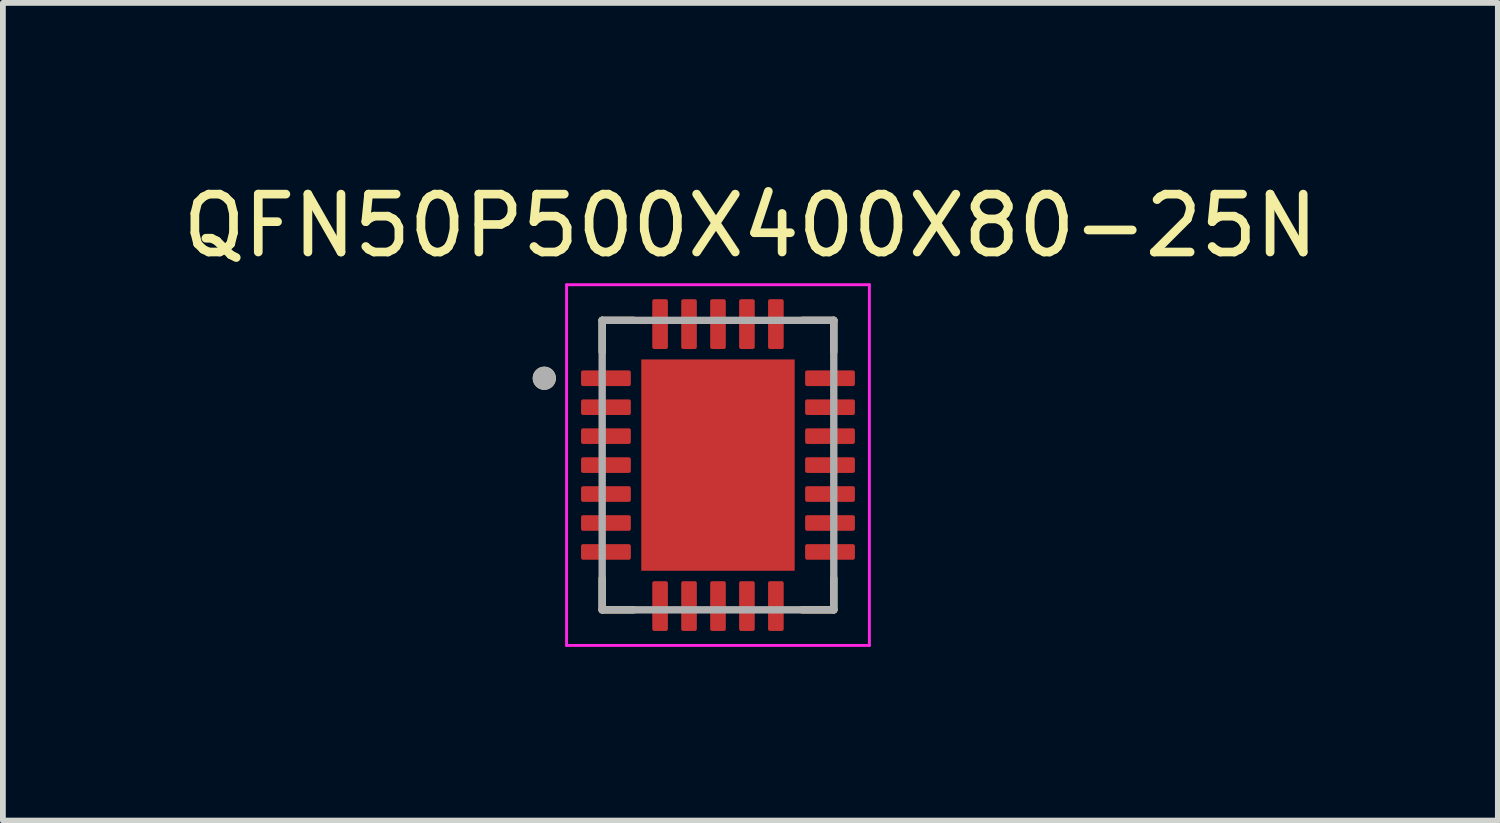
<source format=kicad_pcb>
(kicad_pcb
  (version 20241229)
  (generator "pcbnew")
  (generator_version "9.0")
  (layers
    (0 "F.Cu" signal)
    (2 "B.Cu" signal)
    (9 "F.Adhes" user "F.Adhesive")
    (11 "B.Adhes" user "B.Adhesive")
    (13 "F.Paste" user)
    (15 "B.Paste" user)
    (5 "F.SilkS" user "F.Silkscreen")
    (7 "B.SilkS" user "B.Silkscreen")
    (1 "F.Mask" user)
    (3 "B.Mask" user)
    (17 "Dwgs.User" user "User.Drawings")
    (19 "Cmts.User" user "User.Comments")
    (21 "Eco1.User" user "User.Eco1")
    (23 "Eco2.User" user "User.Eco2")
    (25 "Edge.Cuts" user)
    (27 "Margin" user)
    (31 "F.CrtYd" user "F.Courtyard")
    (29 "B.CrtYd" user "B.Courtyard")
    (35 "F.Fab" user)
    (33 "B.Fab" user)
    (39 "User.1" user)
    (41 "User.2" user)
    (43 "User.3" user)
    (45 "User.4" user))
  (footprint "QFN50P500X400X80-25N"
    (layer "F.Cu")
    (at 9.351 4.983)
    (property "Reference" "QFN50P500X400X80-25N" (at 0.56 -4.135 0) (layer "F.SilkS") (effects (font (size 1 1) (thickness 0.15))))
    (attr smd)
    (fp_poly (pts (xy -1.375 -1.875) (xy 1.375 -1.875) (xy 1.375 1.875) (xy -1.375 1.875)) (stroke (width 0.01) (type solid)) (fill yes) (layer "F.Mask"))
    (fp_poly (pts (xy -2.415 -1.601) (xy -2.415 -1.399) (xy -2.415 -1.395) (xy -2.415 -1.39) (xy -2.414 -1.386) (xy -2.413 -1.382) (xy -2.412 -1.377) (xy -2.411 -1.373) (xy -2.409 -1.369) (xy -2.408 -1.365) (xy -2.406 -1.361) (xy -2.404 -1.357) (xy -2.401 -1.353) (xy -2.399 -1.35) (xy -2.396 -1.346) (xy -2.393 -1.343) (xy -2.39 -1.34) (xy -2.387 -1.337) (xy -2.384 -1.334) (xy -2.38 -1.331) (xy -2.377 -1.329) (xy -2.373 -1.326) (xy -2.369 -1.324) (xy -2.365 -1.322) (xy -2.361 -1.321) (xy -2.357 -1.319) (xy -2.353 -1.318) (xy -2.348 -1.317) (xy -2.344 -1.316) (xy -2.34 -1.315) (xy -2.335 -1.315) (xy -2.331 -1.315) (xy -1.539 -1.315) (xy -1.535 -1.315) (xy -1.53 -1.315) (xy -1.526 -1.316) (xy -1.522 -1.317) (xy -1.517 -1.318) (xy -1.513 -1.319) (xy -1.509 -1.321) (xy -1.505 -1.322) (xy -1.501 -1.324) (xy -1.497 -1.326) (xy -1.493 -1.329) (xy -1.49 -1.331) (xy -1.486 -1.334) (xy -1.483 -1.337) (xy -1.48 -1.34) (xy -1.477 -1.343) (xy -1.474 -1.346) (xy -1.471 -1.35) (xy -1.469 -1.353) (xy -1.466 -1.357) (xy -1.464 -1.361) (xy -1.462 -1.365) (xy -1.461 -1.369) (xy -1.459 -1.373) (xy -1.458 -1.377) (xy -1.457 -1.382) (xy -1.456 -1.386) (xy -1.455 -1.39) (xy -1.455 -1.395) (xy -1.455 -1.399) (xy -1.455 -1.601) (xy -1.455 -1.605) (xy -1.455 -1.61) (xy -1.456 -1.614) (xy -1.457 -1.618) (xy -1.458 -1.623) (xy -1.459 -1.627) (xy -1.461 -1.631) (xy -1.462 -1.635) (xy -1.464 -1.639) (xy -1.466 -1.643) (xy -1.469 -1.647) (xy -1.471 -1.65) (xy -1.474 -1.654) (xy -1.477 -1.657) (xy -1.48 -1.66) (xy -1.483 -1.663) (xy -1.486 -1.666) (xy -1.49 -1.669) (xy -1.493 -1.671) (xy -1.497 -1.674) (xy -1.501 -1.676) (xy -1.505 -1.678) (xy -1.509 -1.679) (xy -1.513 -1.681) (xy -1.517 -1.682) (xy -1.522 -1.683) (xy -1.526 -1.684) (xy -1.53 -1.685) (xy -1.535 -1.685) (xy -1.539 -1.685) (xy -2.331 -1.685) (xy -2.335 -1.685) (xy -2.34 -1.685) (xy -2.344 -1.684) (xy -2.348 -1.683) (xy -2.353 -1.682) (xy -2.357 -1.681) (xy -2.361 -1.679) (xy -2.365 -1.678) (xy -2.369 -1.676) (xy -2.373 -1.674) (xy -2.377 -1.671) (xy -2.38 -1.669) (xy -2.384 -1.666) (xy -2.387 -1.663) (xy -2.39 -1.66) (xy -2.393 -1.657) (xy -2.396 -1.654) (xy -2.399 -1.65) (xy -2.401 -1.647) (xy -2.404 -1.643) (xy -2.406 -1.639) (xy -2.408 -1.635) (xy -2.409 -1.631) (xy -2.411 -1.627) (xy -2.412 -1.623) (xy -2.413 -1.618) (xy -2.414 -1.614) (xy -2.415 -1.61) (xy -2.415 -1.605) (xy -2.415 -1.601)) (stroke (width 0.01) (type solid)) (fill yes) (layer "F.Mask"))
    (fp_poly (pts (xy -2.415 -1.101) (xy -2.415 -0.899) (xy -2.415 -0.895) (xy -2.415 -0.89) (xy -2.414 -0.886) (xy -2.413 -0.882) (xy -2.412 -0.877) (xy -2.411 -0.873) (xy -2.409 -0.869) (xy -2.408 -0.865) (xy -2.406 -0.861) (xy -2.404 -0.857) (xy -2.401 -0.853) (xy -2.399 -0.85) (xy -2.396 -0.846) (xy -2.393 -0.843) (xy -2.39 -0.84) (xy -2.387 -0.837) (xy -2.384 -0.834) (xy -2.38 -0.831) (xy -2.377 -0.829) (xy -2.373 -0.826) (xy -2.369 -0.824) (xy -2.365 -0.822) (xy -2.361 -0.821) (xy -2.357 -0.819) (xy -2.353 -0.818) (xy -2.348 -0.817) (xy -2.344 -0.816) (xy -2.34 -0.815) (xy -2.335 -0.815) (xy -2.331 -0.815) (xy -1.539 -0.815) (xy -1.535 -0.815) (xy -1.53 -0.815) (xy -1.526 -0.816) (xy -1.522 -0.817) (xy -1.517 -0.818) (xy -1.513 -0.819) (xy -1.509 -0.821) (xy -1.505 -0.822) (xy -1.501 -0.824) (xy -1.497 -0.826) (xy -1.493 -0.829) (xy -1.49 -0.831) (xy -1.486 -0.834) (xy -1.483 -0.837) (xy -1.48 -0.84) (xy -1.477 -0.843) (xy -1.474 -0.846) (xy -1.471 -0.85) (xy -1.469 -0.853) (xy -1.466 -0.857) (xy -1.464 -0.861) (xy -1.462 -0.865) (xy -1.461 -0.869) (xy -1.459 -0.873) (xy -1.458 -0.877) (xy -1.457 -0.882) (xy -1.456 -0.886) (xy -1.455 -0.89) (xy -1.455 -0.895) (xy -1.455 -0.899) (xy -1.455 -1.101) (xy -1.455 -1.105) (xy -1.455 -1.11) (xy -1.456 -1.114) (xy -1.457 -1.118) (xy -1.458 -1.123) (xy -1.459 -1.127) (xy -1.461 -1.131) (xy -1.462 -1.135) (xy -1.464 -1.139) (xy -1.466 -1.143) (xy -1.469 -1.147) (xy -1.471 -1.15) (xy -1.474 -1.154) (xy -1.477 -1.157) (xy -1.48 -1.16) (xy -1.483 -1.163) (xy -1.486 -1.166) (xy -1.49 -1.169) (xy -1.493 -1.171) (xy -1.497 -1.174) (xy -1.501 -1.176) (xy -1.505 -1.178) (xy -1.509 -1.179) (xy -1.513 -1.181) (xy -1.517 -1.182) (xy -1.522 -1.183) (xy -1.526 -1.184) (xy -1.53 -1.185) (xy -1.535 -1.185) (xy -1.539 -1.185) (xy -2.331 -1.185) (xy -2.335 -1.185) (xy -2.34 -1.185) (xy -2.344 -1.184) (xy -2.348 -1.183) (xy -2.353 -1.182) (xy -2.357 -1.181) (xy -2.361 -1.179) (xy -2.365 -1.178) (xy -2.369 -1.176) (xy -2.373 -1.174) (xy -2.377 -1.171) (xy -2.38 -1.169) (xy -2.384 -1.166) (xy -2.387 -1.163) (xy -2.39 -1.16) (xy -2.393 -1.157) (xy -2.396 -1.154) (xy -2.399 -1.15) (xy -2.401 -1.147) (xy -2.404 -1.143) (xy -2.406 -1.139) (xy -2.408 -1.135) (xy -2.409 -1.131) (xy -2.411 -1.127) (xy -2.412 -1.123) (xy -2.413 -1.118) (xy -2.414 -1.114) (xy -2.415 -1.11) (xy -2.415 -1.105) (xy -2.415 -1.101)) (stroke (width 0.01) (type solid)) (fill yes) (layer "F.Mask"))
    (fp_poly (pts (xy -2.415 -0.601) (xy -2.415 -0.399) (xy -2.415 -0.395) (xy -2.415 -0.39) (xy -2.414 -0.386) (xy -2.413 -0.382) (xy -2.412 -0.377) (xy -2.411 -0.373) (xy -2.409 -0.369) (xy -2.408 -0.365) (xy -2.406 -0.361) (xy -2.404 -0.357) (xy -2.401 -0.353) (xy -2.399 -0.35) (xy -2.396 -0.346) (xy -2.393 -0.343) (xy -2.39 -0.34) (xy -2.387 -0.337) (xy -2.384 -0.334) (xy -2.38 -0.331) (xy -2.377 -0.329) (xy -2.373 -0.326) (xy -2.369 -0.324) (xy -2.365 -0.322) (xy -2.361 -0.321) (xy -2.357 -0.319) (xy -2.353 -0.318) (xy -2.348 -0.317) (xy -2.344 -0.316) (xy -2.34 -0.315) (xy -2.335 -0.315) (xy -2.331 -0.315) (xy -1.539 -0.315) (xy -1.535 -0.315) (xy -1.53 -0.315) (xy -1.526 -0.316) (xy -1.522 -0.317) (xy -1.517 -0.318) (xy -1.513 -0.319) (xy -1.509 -0.321) (xy -1.505 -0.322) (xy -1.501 -0.324) (xy -1.497 -0.326) (xy -1.493 -0.329) (xy -1.49 -0.331) (xy -1.486 -0.334) (xy -1.483 -0.337) (xy -1.48 -0.34) (xy -1.477 -0.343) (xy -1.474 -0.346) (xy -1.471 -0.35) (xy -1.469 -0.353) (xy -1.466 -0.357) (xy -1.464 -0.361) (xy -1.462 -0.365) (xy -1.461 -0.369) (xy -1.459 -0.373) (xy -1.458 -0.377) (xy -1.457 -0.382) (xy -1.456 -0.386) (xy -1.455 -0.39) (xy -1.455 -0.395) (xy -1.455 -0.399) (xy -1.455 -0.601) (xy -1.455 -0.605) (xy -1.455 -0.61) (xy -1.456 -0.614) (xy -1.457 -0.618) (xy -1.458 -0.623) (xy -1.459 -0.627) (xy -1.461 -0.631) (xy -1.462 -0.635) (xy -1.464 -0.639) (xy -1.466 -0.643) (xy -1.469 -0.647) (xy -1.471 -0.65) (xy -1.474 -0.654) (xy -1.477 -0.657) (xy -1.48 -0.66) (xy -1.483 -0.663) (xy -1.486 -0.666) (xy -1.49 -0.669) (xy -1.493 -0.671) (xy -1.497 -0.674) (xy -1.501 -0.676) (xy -1.505 -0.678) (xy -1.509 -0.679) (xy -1.513 -0.681) (xy -1.517 -0.682) (xy -1.522 -0.683) (xy -1.526 -0.684) (xy -1.53 -0.685) (xy -1.535 -0.685) (xy -1.539 -0.685) (xy -2.331 -0.685) (xy -2.335 -0.685) (xy -2.34 -0.685) (xy -2.344 -0.684) (xy -2.348 -0.683) (xy -2.353 -0.682) (xy -2.357 -0.681) (xy -2.361 -0.679) (xy -2.365 -0.678) (xy -2.369 -0.676) (xy -2.373 -0.674) (xy -2.377 -0.671) (xy -2.38 -0.669) (xy -2.384 -0.666) (xy -2.387 -0.663) (xy -2.39 -0.66) (xy -2.393 -0.657) (xy -2.396 -0.654) (xy -2.399 -0.65) (xy -2.401 -0.647) (xy -2.404 -0.643) (xy -2.406 -0.639) (xy -2.408 -0.635) (xy -2.409 -0.631) (xy -2.411 -0.627) (xy -2.412 -0.623) (xy -2.413 -0.618) (xy -2.414 -0.614) (xy -2.415 -0.61) (xy -2.415 -0.605) (xy -2.415 -0.601)) (stroke (width 0.01) (type solid)) (fill yes) (layer "F.Mask"))
    (fp_poly (pts (xy -2.415 -0.101) (xy -2.415 0.101) (xy -2.415 0.105) (xy -2.415 0.11) (xy -2.414 0.114) (xy -2.413 0.118) (xy -2.412 0.123) (xy -2.411 0.127) (xy -2.409 0.131) (xy -2.408 0.135) (xy -2.406 0.139) (xy -2.404 0.143) (xy -2.401 0.147) (xy -2.399 0.15) (xy -2.396 0.154) (xy -2.393 0.157) (xy -2.39 0.16) (xy -2.387 0.163) (xy -2.384 0.166) (xy -2.38 0.169) (xy -2.377 0.171) (xy -2.373 0.174) (xy -2.369 0.176) (xy -2.365 0.178) (xy -2.361 0.179) (xy -2.357 0.181) (xy -2.353 0.182) (xy -2.348 0.183) (xy -2.344 0.184) (xy -2.34 0.185) (xy -2.335 0.185) (xy -2.331 0.185) (xy -1.539 0.185) (xy -1.535 0.185) (xy -1.53 0.185) (xy -1.526 0.184) (xy -1.522 0.183) (xy -1.517 0.182) (xy -1.513 0.181) (xy -1.509 0.179) (xy -1.505 0.178) (xy -1.501 0.176) (xy -1.497 0.174) (xy -1.493 0.171) (xy -1.49 0.169) (xy -1.486 0.166) (xy -1.483 0.163) (xy -1.48 0.16) (xy -1.477 0.157) (xy -1.474 0.154) (xy -1.471 0.15) (xy -1.469 0.147) (xy -1.466 0.143) (xy -1.464 0.139) (xy -1.462 0.135) (xy -1.461 0.131) (xy -1.459 0.127) (xy -1.458 0.123) (xy -1.457 0.118) (xy -1.456 0.114) (xy -1.455 0.11) (xy -1.455 0.105) (xy -1.455 0.101) (xy -1.455 -0.101) (xy -1.455 -0.105) (xy -1.455 -0.11) (xy -1.456 -0.114) (xy -1.457 -0.118) (xy -1.458 -0.123) (xy -1.459 -0.127) (xy -1.461 -0.131) (xy -1.462 -0.135) (xy -1.464 -0.139) (xy -1.466 -0.143) (xy -1.469 -0.147) (xy -1.471 -0.15) (xy -1.474 -0.154) (xy -1.477 -0.157) (xy -1.48 -0.16) (xy -1.483 -0.163) (xy -1.486 -0.166) (xy -1.49 -0.169) (xy -1.493 -0.171) (xy -1.497 -0.174) (xy -1.501 -0.176) (xy -1.505 -0.178) (xy -1.509 -0.179) (xy -1.513 -0.181) (xy -1.517 -0.182) (xy -1.522 -0.183) (xy -1.526 -0.184) (xy -1.53 -0.185) (xy -1.535 -0.185) (xy -1.539 -0.185) (xy -2.331 -0.185) (xy -2.335 -0.185) (xy -2.34 -0.185) (xy -2.344 -0.184) (xy -2.348 -0.183) (xy -2.353 -0.182) (xy -2.357 -0.181) (xy -2.361 -0.179) (xy -2.365 -0.178) (xy -2.369 -0.176) (xy -2.373 -0.174) (xy -2.377 -0.171) (xy -2.38 -0.169) (xy -2.384 -0.166) (xy -2.387 -0.163) (xy -2.39 -0.16) (xy -2.393 -0.157) (xy -2.396 -0.154) (xy -2.399 -0.15) (xy -2.401 -0.147) (xy -2.404 -0.143) (xy -2.406 -0.139) (xy -2.408 -0.135) (xy -2.409 -0.131) (xy -2.411 -0.127) (xy -2.412 -0.123) (xy -2.413 -0.118) (xy -2.414 -0.114) (xy -2.415 -0.11) (xy -2.415 -0.105) (xy -2.415 -0.101)) (stroke (width 0.01) (type solid)) (fill yes) (layer "F.Mask"))
    (fp_poly (pts (xy -2.415 0.399) (xy -2.415 0.601) (xy -2.415 0.605) (xy -2.415 0.61) (xy -2.414 0.614) (xy -2.413 0.618) (xy -2.412 0.623) (xy -2.411 0.627) (xy -2.409 0.631) (xy -2.408 0.635) (xy -2.406 0.639) (xy -2.404 0.643) (xy -2.401 0.647) (xy -2.399 0.65) (xy -2.396 0.654) (xy -2.393 0.657) (xy -2.39 0.66) (xy -2.387 0.663) (xy -2.384 0.666) (xy -2.38 0.669) (xy -2.377 0.671) (xy -2.373 0.674) (xy -2.369 0.676) (xy -2.365 0.678) (xy -2.361 0.679) (xy -2.357 0.681) (xy -2.353 0.682) (xy -2.348 0.683) (xy -2.344 0.684) (xy -2.34 0.685) (xy -2.335 0.685) (xy -2.331 0.685) (xy -1.539 0.685) (xy -1.535 0.685) (xy -1.53 0.685) (xy -1.526 0.684) (xy -1.522 0.683) (xy -1.517 0.682) (xy -1.513 0.681) (xy -1.509 0.679) (xy -1.505 0.678) (xy -1.501 0.676) (xy -1.497 0.674) (xy -1.493 0.671) (xy -1.49 0.669) (xy -1.486 0.666) (xy -1.483 0.663) (xy -1.48 0.66) (xy -1.477 0.657) (xy -1.474 0.654) (xy -1.471 0.65) (xy -1.469 0.647) (xy -1.466 0.643) (xy -1.464 0.639) (xy -1.462 0.635) (xy -1.461 0.631) (xy -1.459 0.627) (xy -1.458 0.623) (xy -1.457 0.618) (xy -1.456 0.614) (xy -1.455 0.61) (xy -1.455 0.605) (xy -1.455 0.601) (xy -1.455 0.399) (xy -1.455 0.395) (xy -1.455 0.39) (xy -1.456 0.386) (xy -1.457 0.382) (xy -1.458 0.377) (xy -1.459 0.373) (xy -1.461 0.369) (xy -1.462 0.365) (xy -1.464 0.361) (xy -1.466 0.357) (xy -1.469 0.353) (xy -1.471 0.35) (xy -1.474 0.346) (xy -1.477 0.343) (xy -1.48 0.34) (xy -1.483 0.337) (xy -1.486 0.334) (xy -1.49 0.331) (xy -1.493 0.329) (xy -1.497 0.326) (xy -1.501 0.324) (xy -1.505 0.322) (xy -1.509 0.321) (xy -1.513 0.319) (xy -1.517 0.318) (xy -1.522 0.317) (xy -1.526 0.316) (xy -1.53 0.315) (xy -1.535 0.315) (xy -1.539 0.315) (xy -2.331 0.315) (xy -2.335 0.315) (xy -2.34 0.315) (xy -2.344 0.316) (xy -2.348 0.317) (xy -2.353 0.318) (xy -2.357 0.319) (xy -2.361 0.321) (xy -2.365 0.322) (xy -2.369 0.324) (xy -2.373 0.326) (xy -2.377 0.329) (xy -2.38 0.331) (xy -2.384 0.334) (xy -2.387 0.337) (xy -2.39 0.34) (xy -2.393 0.343) (xy -2.396 0.346) (xy -2.399 0.35) (xy -2.401 0.353) (xy -2.404 0.357) (xy -2.406 0.361) (xy -2.408 0.365) (xy -2.409 0.369) (xy -2.411 0.373) (xy -2.412 0.377) (xy -2.413 0.382) (xy -2.414 0.386) (xy -2.415 0.39) (xy -2.415 0.395) (xy -2.415 0.399)) (stroke (width 0.01) (type solid)) (fill yes) (layer "F.Mask"))
    (fp_poly (pts (xy -2.415 0.899) (xy -2.415 1.101) (xy -2.415 1.105) (xy -2.415 1.11) (xy -2.414 1.114) (xy -2.413 1.118) (xy -2.412 1.123) (xy -2.411 1.127) (xy -2.409 1.131) (xy -2.408 1.135) (xy -2.406 1.139) (xy -2.404 1.143) (xy -2.401 1.147) (xy -2.399 1.15) (xy -2.396 1.154) (xy -2.393 1.157) (xy -2.39 1.16) (xy -2.387 1.163) (xy -2.384 1.166) (xy -2.38 1.169) (xy -2.377 1.171) (xy -2.373 1.174) (xy -2.369 1.176) (xy -2.365 1.178) (xy -2.361 1.179) (xy -2.357 1.181) (xy -2.353 1.182) (xy -2.348 1.183) (xy -2.344 1.184) (xy -2.34 1.185) (xy -2.335 1.185) (xy -2.331 1.185) (xy -1.539 1.185) (xy -1.535 1.185) (xy -1.53 1.185) (xy -1.526 1.184) (xy -1.522 1.183) (xy -1.517 1.182) (xy -1.513 1.181) (xy -1.509 1.179) (xy -1.505 1.178) (xy -1.501 1.176) (xy -1.497 1.174) (xy -1.493 1.171) (xy -1.49 1.169) (xy -1.486 1.166) (xy -1.483 1.163) (xy -1.48 1.16) (xy -1.477 1.157) (xy -1.474 1.154) (xy -1.471 1.15) (xy -1.469 1.147) (xy -1.466 1.143) (xy -1.464 1.139) (xy -1.462 1.135) (xy -1.461 1.131) (xy -1.459 1.127) (xy -1.458 1.123) (xy -1.457 1.118) (xy -1.456 1.114) (xy -1.455 1.11) (xy -1.455 1.105) (xy -1.455 1.101) (xy -1.455 0.899) (xy -1.455 0.895) (xy -1.455 0.89) (xy -1.456 0.886) (xy -1.457 0.882) (xy -1.458 0.877) (xy -1.459 0.873) (xy -1.461 0.869) (xy -1.462 0.865) (xy -1.464 0.861) (xy -1.466 0.857) (xy -1.469 0.853) (xy -1.471 0.85) (xy -1.474 0.846) (xy -1.477 0.843) (xy -1.48 0.84) (xy -1.483 0.837) (xy -1.486 0.834) (xy -1.49 0.831) (xy -1.493 0.829) (xy -1.497 0.826) (xy -1.501 0.824) (xy -1.505 0.822) (xy -1.509 0.821) (xy -1.513 0.819) (xy -1.517 0.818) (xy -1.522 0.817) (xy -1.526 0.816) (xy -1.53 0.815) (xy -1.535 0.815) (xy -1.539 0.815) (xy -2.331 0.815) (xy -2.335 0.815) (xy -2.34 0.815) (xy -2.344 0.816) (xy -2.348 0.817) (xy -2.353 0.818) (xy -2.357 0.819) (xy -2.361 0.821) (xy -2.365 0.822) (xy -2.369 0.824) (xy -2.373 0.826) (xy -2.377 0.829) (xy -2.38 0.831) (xy -2.384 0.834) (xy -2.387 0.837) (xy -2.39 0.84) (xy -2.393 0.843) (xy -2.396 0.846) (xy -2.399 0.85) (xy -2.401 0.853) (xy -2.404 0.857) (xy -2.406 0.861) (xy -2.408 0.865) (xy -2.409 0.869) (xy -2.411 0.873) (xy -2.412 0.877) (xy -2.413 0.882) (xy -2.414 0.886) (xy -2.415 0.89) (xy -2.415 0.895) (xy -2.415 0.899)) (stroke (width 0.01) (type solid)) (fill yes) (layer "F.Mask"))
    (fp_poly (pts (xy -2.415 1.399) (xy -2.415 1.601) (xy -2.415 1.605) (xy -2.415 1.61) (xy -2.414 1.614) (xy -2.413 1.618) (xy -2.412 1.623) (xy -2.411 1.627) (xy -2.409 1.631) (xy -2.408 1.635) (xy -2.406 1.639) (xy -2.404 1.643) (xy -2.401 1.647) (xy -2.399 1.65) (xy -2.396 1.654) (xy -2.393 1.657) (xy -2.39 1.66) (xy -2.387 1.663) (xy -2.384 1.666) (xy -2.38 1.669) (xy -2.377 1.671) (xy -2.373 1.674) (xy -2.369 1.676) (xy -2.365 1.678) (xy -2.361 1.679) (xy -2.357 1.681) (xy -2.353 1.682) (xy -2.348 1.683) (xy -2.344 1.684) (xy -2.34 1.685) (xy -2.335 1.685) (xy -2.331 1.685) (xy -1.539 1.685) (xy -1.535 1.685) (xy -1.53 1.685) (xy -1.526 1.684) (xy -1.522 1.683) (xy -1.517 1.682) (xy -1.513 1.681) (xy -1.509 1.679) (xy -1.505 1.678) (xy -1.501 1.676) (xy -1.497 1.674) (xy -1.493 1.671) (xy -1.49 1.669) (xy -1.486 1.666) (xy -1.483 1.663) (xy -1.48 1.66) (xy -1.477 1.657) (xy -1.474 1.654) (xy -1.471 1.65) (xy -1.469 1.647) (xy -1.466 1.643) (xy -1.464 1.639) (xy -1.462 1.635) (xy -1.461 1.631) (xy -1.459 1.627) (xy -1.458 1.623) (xy -1.457 1.618) (xy -1.456 1.614) (xy -1.455 1.61) (xy -1.455 1.605) (xy -1.455 1.601) (xy -1.455 1.399) (xy -1.455 1.395) (xy -1.455 1.39) (xy -1.456 1.386) (xy -1.457 1.382) (xy -1.458 1.377) (xy -1.459 1.373) (xy -1.461 1.369) (xy -1.462 1.365) (xy -1.464 1.361) (xy -1.466 1.357) (xy -1.469 1.353) (xy -1.471 1.35) (xy -1.474 1.346) (xy -1.477 1.343) (xy -1.48 1.34) (xy -1.483 1.337) (xy -1.486 1.334) (xy -1.49 1.331) (xy -1.493 1.329) (xy -1.497 1.326) (xy -1.501 1.324) (xy -1.505 1.322) (xy -1.509 1.321) (xy -1.513 1.319) (xy -1.517 1.318) (xy -1.522 1.317) (xy -1.526 1.316) (xy -1.53 1.315) (xy -1.535 1.315) (xy -1.539 1.315) (xy -2.331 1.315) (xy -2.335 1.315) (xy -2.34 1.315) (xy -2.344 1.316) (xy -2.348 1.317) (xy -2.353 1.318) (xy -2.357 1.319) (xy -2.361 1.321) (xy -2.365 1.322) (xy -2.369 1.324) (xy -2.373 1.326) (xy -2.377 1.329) (xy -2.38 1.331) (xy -2.384 1.334) (xy -2.387 1.337) (xy -2.39 1.34) (xy -2.393 1.343) (xy -2.396 1.346) (xy -2.399 1.35) (xy -2.401 1.353) (xy -2.404 1.357) (xy -2.406 1.361) (xy -2.408 1.365) (xy -2.409 1.369) (xy -2.411 1.373) (xy -2.412 1.377) (xy -2.413 1.382) (xy -2.414 1.386) (xy -2.415 1.39) (xy -2.415 1.395) (xy -2.415 1.399)) (stroke (width 0.01) (type solid)) (fill yes) (layer "F.Mask"))
    (fp_poly (pts (xy -0.815 -2.831) (xy -0.815 -2.039) (xy -0.815 -2.035) (xy -0.815 -2.03) (xy -0.816 -2.026) (xy -0.817 -2.022) (xy -0.818 -2.017) (xy -0.819 -2.013) (xy -0.821 -2.009) (xy -0.822 -2.005) (xy -0.824 -2.001) (xy -0.826 -1.997) (xy -0.829 -1.993) (xy -0.831 -1.99) (xy -0.834 -1.986) (xy -0.837 -1.983) (xy -0.84 -1.98) (xy -0.843 -1.977) (xy -0.846 -1.974) (xy -0.85 -1.971) (xy -0.853 -1.969) (xy -0.857 -1.966) (xy -0.861 -1.964) (xy -0.865 -1.962) (xy -0.869 -1.961) (xy -0.873 -1.959) (xy -0.877 -1.958) (xy -0.882 -1.957) (xy -0.886 -1.956) (xy -0.89 -1.955) (xy -0.895 -1.955) (xy -0.899 -1.955) (xy -1.101 -1.955) (xy -1.105 -1.955) (xy -1.11 -1.955) (xy -1.114 -1.956) (xy -1.118 -1.957) (xy -1.123 -1.958) (xy -1.127 -1.959) (xy -1.131 -1.961) (xy -1.135 -1.962) (xy -1.139 -1.964) (xy -1.143 -1.966) (xy -1.147 -1.969) (xy -1.15 -1.971) (xy -1.154 -1.974) (xy -1.157 -1.977) (xy -1.16 -1.98) (xy -1.163 -1.983) (xy -1.166 -1.986) (xy -1.169 -1.99) (xy -1.171 -1.993) (xy -1.174 -1.997) (xy -1.176 -2.001) (xy -1.178 -2.005) (xy -1.179 -2.009) (xy -1.181 -2.013) (xy -1.182 -2.017) (xy -1.183 -2.022) (xy -1.184 -2.026) (xy -1.185 -2.03) (xy -1.185 -2.035) (xy -1.185 -2.039) (xy -1.185 -2.831) (xy -1.185 -2.835) (xy -1.185 -2.84) (xy -1.184 -2.844) (xy -1.183 -2.848) (xy -1.182 -2.853) (xy -1.181 -2.857) (xy -1.179 -2.861) (xy -1.178 -2.865) (xy -1.176 -2.869) (xy -1.174 -2.873) (xy -1.171 -2.877) (xy -1.169 -2.88) (xy -1.166 -2.884) (xy -1.163 -2.887) (xy -1.16 -2.89) (xy -1.157 -2.893) (xy -1.154 -2.896) (xy -1.15 -2.899) (xy -1.147 -2.901) (xy -1.143 -2.904) (xy -1.139 -2.906) (xy -1.135 -2.908) (xy -1.131 -2.909) (xy -1.127 -2.911) (xy -1.123 -2.912) (xy -1.118 -2.913) (xy -1.114 -2.914) (xy -1.11 -2.915) (xy -1.105 -2.915) (xy -1.101 -2.915) (xy -0.899 -2.915) (xy -0.895 -2.915) (xy -0.89 -2.915) (xy -0.886 -2.914) (xy -0.882 -2.913) (xy -0.877 -2.912) (xy -0.873 -2.911) (xy -0.869 -2.909) (xy -0.865 -2.908) (xy -0.861 -2.906) (xy -0.857 -2.904) (xy -0.853 -2.901) (xy -0.85 -2.899) (xy -0.846 -2.896) (xy -0.843 -2.893) (xy -0.84 -2.89) (xy -0.837 -2.887) (xy -0.834 -2.884) (xy -0.831 -2.88) (xy -0.829 -2.877) (xy -0.826 -2.873) (xy -0.824 -2.869) (xy -0.822 -2.865) (xy -0.821 -2.861) (xy -0.819 -2.857) (xy -0.818 -2.853) (xy -0.817 -2.848) (xy -0.816 -2.844) (xy -0.815 -2.84) (xy -0.815 -2.835) (xy -0.815 -2.831)) (stroke (width 0.01) (type solid)) (fill yes) (layer "F.Mask"))
    (fp_poly (pts (xy -0.815 2.039) (xy -0.815 2.831) (xy -0.815 2.835) (xy -0.815 2.84) (xy -0.816 2.844) (xy -0.817 2.848) (xy -0.818 2.853) (xy -0.819 2.857) (xy -0.821 2.861) (xy -0.822 2.865) (xy -0.824 2.869) (xy -0.826 2.873) (xy -0.829 2.877) (xy -0.831 2.88) (xy -0.834 2.884) (xy -0.837 2.887) (xy -0.84 2.89) (xy -0.843 2.893) (xy -0.846 2.896) (xy -0.85 2.899) (xy -0.853 2.901) (xy -0.857 2.904) (xy -0.861 2.906) (xy -0.865 2.908) (xy -0.869 2.909) (xy -0.873 2.911) (xy -0.877 2.912) (xy -0.882 2.913) (xy -0.886 2.914) (xy -0.89 2.915) (xy -0.895 2.915) (xy -0.899 2.915) (xy -1.101 2.915) (xy -1.105 2.915) (xy -1.11 2.915) (xy -1.114 2.914) (xy -1.118 2.913) (xy -1.123 2.912) (xy -1.127 2.911) (xy -1.131 2.909) (xy -1.135 2.908) (xy -1.139 2.906) (xy -1.143 2.904) (xy -1.147 2.901) (xy -1.15 2.899) (xy -1.154 2.896) (xy -1.157 2.893) (xy -1.16 2.89) (xy -1.163 2.887) (xy -1.166 2.884) (xy -1.169 2.88) (xy -1.171 2.877) (xy -1.174 2.873) (xy -1.176 2.869) (xy -1.178 2.865) (xy -1.179 2.861) (xy -1.181 2.857) (xy -1.182 2.853) (xy -1.183 2.848) (xy -1.184 2.844) (xy -1.185 2.84) (xy -1.185 2.835) (xy -1.185 2.831) (xy -1.185 2.039) (xy -1.185 2.035) (xy -1.185 2.03) (xy -1.184 2.026) (xy -1.183 2.022) (xy -1.182 2.017) (xy -1.181 2.013) (xy -1.179 2.009) (xy -1.178 2.005) (xy -1.176 2.001) (xy -1.174 1.997) (xy -1.171 1.993) (xy -1.169 1.99) (xy -1.166 1.986) (xy -1.163 1.983) (xy -1.16 1.98) (xy -1.157 1.977) (xy -1.154 1.974) (xy -1.15 1.971) (xy -1.147 1.969) (xy -1.143 1.966) (xy -1.139 1.964) (xy -1.135 1.962) (xy -1.131 1.961) (xy -1.127 1.959) (xy -1.123 1.958) (xy -1.118 1.957) (xy -1.114 1.956) (xy -1.11 1.955) (xy -1.105 1.955) (xy -1.101 1.955) (xy -0.899 1.955) (xy -0.895 1.955) (xy -0.89 1.955) (xy -0.886 1.956) (xy -0.882 1.957) (xy -0.877 1.958) (xy -0.873 1.959) (xy -0.869 1.961) (xy -0.865 1.962) (xy -0.861 1.964) (xy -0.857 1.966) (xy -0.853 1.969) (xy -0.85 1.971) (xy -0.846 1.974) (xy -0.843 1.977) (xy -0.84 1.98) (xy -0.837 1.983) (xy -0.834 1.986) (xy -0.831 1.99) (xy -0.829 1.993) (xy -0.826 1.997) (xy -0.824 2.001) (xy -0.822 2.005) (xy -0.821 2.009) (xy -0.819 2.013) (xy -0.818 2.017) (xy -0.817 2.022) (xy -0.816 2.026) (xy -0.815 2.03) (xy -0.815 2.035) (xy -0.815 2.039)) (stroke (width 0.01) (type solid)) (fill yes) (layer "F.Mask"))
    (fp_poly (pts (xy -0.315 -2.831) (xy -0.315 -2.039) (xy -0.315 -2.035) (xy -0.315 -2.03) (xy -0.316 -2.026) (xy -0.317 -2.022) (xy -0.318 -2.017) (xy -0.319 -2.013) (xy -0.321 -2.009) (xy -0.322 -2.005) (xy -0.324 -2.001) (xy -0.326 -1.997) (xy -0.329 -1.993) (xy -0.331 -1.99) (xy -0.334 -1.986) (xy -0.337 -1.983) (xy -0.34 -1.98) (xy -0.343 -1.977) (xy -0.346 -1.974) (xy -0.35 -1.971) (xy -0.353 -1.969) (xy -0.357 -1.966) (xy -0.361 -1.964) (xy -0.365 -1.962) (xy -0.369 -1.961) (xy -0.373 -1.959) (xy -0.377 -1.958) (xy -0.382 -1.957) (xy -0.386 -1.956) (xy -0.39 -1.955) (xy -0.395 -1.955) (xy -0.399 -1.955) (xy -0.601 -1.955) (xy -0.605 -1.955) (xy -0.61 -1.955) (xy -0.614 -1.956) (xy -0.618 -1.957) (xy -0.623 -1.958) (xy -0.627 -1.959) (xy -0.631 -1.961) (xy -0.635 -1.962) (xy -0.639 -1.964) (xy -0.643 -1.966) (xy -0.647 -1.969) (xy -0.65 -1.971) (xy -0.654 -1.974) (xy -0.657 -1.977) (xy -0.66 -1.98) (xy -0.663 -1.983) (xy -0.666 -1.986) (xy -0.669 -1.99) (xy -0.671 -1.993) (xy -0.674 -1.997) (xy -0.676 -2.001) (xy -0.678 -2.005) (xy -0.679 -2.009) (xy -0.681 -2.013) (xy -0.682 -2.017) (xy -0.683 -2.022) (xy -0.684 -2.026) (xy -0.685 -2.03) (xy -0.685 -2.035) (xy -0.685 -2.039) (xy -0.685 -2.831) (xy -0.685 -2.835) (xy -0.685 -2.84) (xy -0.684 -2.844) (xy -0.683 -2.848) (xy -0.682 -2.853) (xy -0.681 -2.857) (xy -0.679 -2.861) (xy -0.678 -2.865) (xy -0.676 -2.869) (xy -0.674 -2.873) (xy -0.671 -2.877) (xy -0.669 -2.88) (xy -0.666 -2.884) (xy -0.663 -2.887) (xy -0.66 -2.89) (xy -0.657 -2.893) (xy -0.654 -2.896) (xy -0.65 -2.899) (xy -0.647 -2.901) (xy -0.643 -2.904) (xy -0.639 -2.906) (xy -0.635 -2.908) (xy -0.631 -2.909) (xy -0.627 -2.911) (xy -0.623 -2.912) (xy -0.618 -2.913) (xy -0.614 -2.914) (xy -0.61 -2.915) (xy -0.605 -2.915) (xy -0.601 -2.915) (xy -0.399 -2.915) (xy -0.395 -2.915) (xy -0.39 -2.915) (xy -0.386 -2.914) (xy -0.382 -2.913) (xy -0.377 -2.912) (xy -0.373 -2.911) (xy -0.369 -2.909) (xy -0.365 -2.908) (xy -0.361 -2.906) (xy -0.357 -2.904) (xy -0.353 -2.901) (xy -0.35 -2.899) (xy -0.346 -2.896) (xy -0.343 -2.893) (xy -0.34 -2.89) (xy -0.337 -2.887) (xy -0.334 -2.884) (xy -0.331 -2.88) (xy -0.329 -2.877) (xy -0.326 -2.873) (xy -0.324 -2.869) (xy -0.322 -2.865) (xy -0.321 -2.861) (xy -0.319 -2.857) (xy -0.318 -2.853) (xy -0.317 -2.848) (xy -0.316 -2.844) (xy -0.315 -2.84) (xy -0.315 -2.835) (xy -0.315 -2.831)) (stroke (width 0.01) (type solid)) (fill yes) (layer "F.Mask"))
    (fp_poly (pts (xy -0.315 2.039) (xy -0.315 2.831) (xy -0.315 2.835) (xy -0.315 2.84) (xy -0.316 2.844) (xy -0.317 2.848) (xy -0.318 2.853) (xy -0.319 2.857) (xy -0.321 2.861) (xy -0.322 2.865) (xy -0.324 2.869) (xy -0.326 2.873) (xy -0.329 2.877) (xy -0.331 2.88) (xy -0.334 2.884) (xy -0.337 2.887) (xy -0.34 2.89) (xy -0.343 2.893) (xy -0.346 2.896) (xy -0.35 2.899) (xy -0.353 2.901) (xy -0.357 2.904) (xy -0.361 2.906) (xy -0.365 2.908) (xy -0.369 2.909) (xy -0.373 2.911) (xy -0.377 2.912) (xy -0.382 2.913) (xy -0.386 2.914) (xy -0.39 2.915) (xy -0.395 2.915) (xy -0.399 2.915) (xy -0.601 2.915) (xy -0.605 2.915) (xy -0.61 2.915) (xy -0.614 2.914) (xy -0.618 2.913) (xy -0.623 2.912) (xy -0.627 2.911) (xy -0.631 2.909) (xy -0.635 2.908) (xy -0.639 2.906) (xy -0.643 2.904) (xy -0.647 2.901) (xy -0.65 2.899) (xy -0.654 2.896) (xy -0.657 2.893) (xy -0.66 2.89) (xy -0.663 2.887) (xy -0.666 2.884) (xy -0.669 2.88) (xy -0.671 2.877) (xy -0.674 2.873) (xy -0.676 2.869) (xy -0.678 2.865) (xy -0.679 2.861) (xy -0.681 2.857) (xy -0.682 2.853) (xy -0.683 2.848) (xy -0.684 2.844) (xy -0.685 2.84) (xy -0.685 2.835) (xy -0.685 2.831) (xy -0.685 2.039) (xy -0.685 2.035) (xy -0.685 2.03) (xy -0.684 2.026) (xy -0.683 2.022) (xy -0.682 2.017) (xy -0.681 2.013) (xy -0.679 2.009) (xy -0.678 2.005) (xy -0.676 2.001) (xy -0.674 1.997) (xy -0.671 1.993) (xy -0.669 1.99) (xy -0.666 1.986) (xy -0.663 1.983) (xy -0.66 1.98) (xy -0.657 1.977) (xy -0.654 1.974) (xy -0.65 1.971) (xy -0.647 1.969) (xy -0.643 1.966) (xy -0.639 1.964) (xy -0.635 1.962) (xy -0.631 1.961) (xy -0.627 1.959) (xy -0.623 1.958) (xy -0.618 1.957) (xy -0.614 1.956) (xy -0.61 1.955) (xy -0.605 1.955) (xy -0.601 1.955) (xy -0.399 1.955) (xy -0.395 1.955) (xy -0.39 1.955) (xy -0.386 1.956) (xy -0.382 1.957) (xy -0.377 1.958) (xy -0.373 1.959) (xy -0.369 1.961) (xy -0.365 1.962) (xy -0.361 1.964) (xy -0.357 1.966) (xy -0.353 1.969) (xy -0.35 1.971) (xy -0.346 1.974) (xy -0.343 1.977) (xy -0.34 1.98) (xy -0.337 1.983) (xy -0.334 1.986) (xy -0.331 1.99) (xy -0.329 1.993) (xy -0.326 1.997) (xy -0.324 2.001) (xy -0.322 2.005) (xy -0.321 2.009) (xy -0.319 2.013) (xy -0.318 2.017) (xy -0.317 2.022) (xy -0.316 2.026) (xy -0.315 2.03) (xy -0.315 2.035) (xy -0.315 2.039)) (stroke (width 0.01) (type solid)) (fill yes) (layer "F.Mask"))
    (fp_poly (pts (xy 0.185 -2.831) (xy 0.185 -2.039) (xy 0.185 -2.035) (xy 0.185 -2.03) (xy 0.184 -2.026) (xy 0.183 -2.022) (xy 0.182 -2.017) (xy 0.181 -2.013) (xy 0.179 -2.009) (xy 0.178 -2.005) (xy 0.176 -2.001) (xy 0.174 -1.997) (xy 0.171 -1.993) (xy 0.169 -1.99) (xy 0.166 -1.986) (xy 0.163 -1.983) (xy 0.16 -1.98) (xy 0.157 -1.977) (xy 0.154 -1.974) (xy 0.15 -1.971) (xy 0.147 -1.969) (xy 0.143 -1.966) (xy 0.139 -1.964) (xy 0.135 -1.962) (xy 0.131 -1.961) (xy 0.127 -1.959) (xy 0.123 -1.958) (xy 0.118 -1.957) (xy 0.114 -1.956) (xy 0.11 -1.955) (xy 0.105 -1.955) (xy 0.101 -1.955) (xy -0.101 -1.955) (xy -0.105 -1.955) (xy -0.11 -1.955) (xy -0.114 -1.956) (xy -0.118 -1.957) (xy -0.123 -1.958) (xy -0.127 -1.959) (xy -0.131 -1.961) (xy -0.135 -1.962) (xy -0.139 -1.964) (xy -0.143 -1.966) (xy -0.147 -1.969) (xy -0.15 -1.971) (xy -0.154 -1.974) (xy -0.157 -1.977) (xy -0.16 -1.98) (xy -0.163 -1.983) (xy -0.166 -1.986) (xy -0.169 -1.99) (xy -0.171 -1.993) (xy -0.174 -1.997) (xy -0.176 -2.001) (xy -0.178 -2.005) (xy -0.179 -2.009) (xy -0.181 -2.013) (xy -0.182 -2.017) (xy -0.183 -2.022) (xy -0.184 -2.026) (xy -0.185 -2.03) (xy -0.185 -2.035) (xy -0.185 -2.039) (xy -0.185 -2.831) (xy -0.185 -2.835) (xy -0.185 -2.84) (xy -0.184 -2.844) (xy -0.183 -2.848) (xy -0.182 -2.853) (xy -0.181 -2.857) (xy -0.179 -2.861) (xy -0.178 -2.865) (xy -0.176 -2.869) (xy -0.174 -2.873) (xy -0.171 -2.877) (xy -0.169 -2.88) (xy -0.166 -2.884) (xy -0.163 -2.887) (xy -0.16 -2.89) (xy -0.157 -2.893) (xy -0.154 -2.896) (xy -0.15 -2.899) (xy -0.147 -2.901) (xy -0.143 -2.904) (xy -0.139 -2.906) (xy -0.135 -2.908) (xy -0.131 -2.909) (xy -0.127 -2.911) (xy -0.123 -2.912) (xy -0.118 -2.913) (xy -0.114 -2.914) (xy -0.11 -2.915) (xy -0.105 -2.915) (xy -0.101 -2.915) (xy 0.101 -2.915) (xy 0.105 -2.915) (xy 0.11 -2.915) (xy 0.114 -2.914) (xy 0.118 -2.913) (xy 0.123 -2.912) (xy 0.127 -2.911) (xy 0.131 -2.909) (xy 0.135 -2.908) (xy 0.139 -2.906) (xy 0.143 -2.904) (xy 0.147 -2.901) (xy 0.15 -2.899) (xy 0.154 -2.896) (xy 0.157 -2.893) (xy 0.16 -2.89) (xy 0.163 -2.887) (xy 0.166 -2.884) (xy 0.169 -2.88) (xy 0.171 -2.877) (xy 0.174 -2.873) (xy 0.176 -2.869) (xy 0.178 -2.865) (xy 0.179 -2.861) (xy 0.181 -2.857) (xy 0.182 -2.853) (xy 0.183 -2.848) (xy 0.184 -2.844) (xy 0.185 -2.84) (xy 0.185 -2.835) (xy 0.185 -2.831)) (stroke (width 0.01) (type solid)) (fill yes) (layer "F.Mask"))
    (fp_poly (pts (xy 0.185 2.039) (xy 0.185 2.831) (xy 0.185 2.835) (xy 0.185 2.84) (xy 0.184 2.844) (xy 0.183 2.848) (xy 0.182 2.853) (xy 0.181 2.857) (xy 0.179 2.861) (xy 0.178 2.865) (xy 0.176 2.869) (xy 0.174 2.873) (xy 0.171 2.877) (xy 0.169 2.88) (xy 0.166 2.884) (xy 0.163 2.887) (xy 0.16 2.89) (xy 0.157 2.893) (xy 0.154 2.896) (xy 0.15 2.899) (xy 0.147 2.901) (xy 0.143 2.904) (xy 0.139 2.906) (xy 0.135 2.908) (xy 0.131 2.909) (xy 0.127 2.911) (xy 0.123 2.912) (xy 0.118 2.913) (xy 0.114 2.914) (xy 0.11 2.915) (xy 0.105 2.915) (xy 0.101 2.915) (xy -0.101 2.915) (xy -0.105 2.915) (xy -0.11 2.915) (xy -0.114 2.914) (xy -0.118 2.913) (xy -0.123 2.912) (xy -0.127 2.911) (xy -0.131 2.909) (xy -0.135 2.908) (xy -0.139 2.906) (xy -0.143 2.904) (xy -0.147 2.901) (xy -0.15 2.899) (xy -0.154 2.896) (xy -0.157 2.893) (xy -0.16 2.89) (xy -0.163 2.887) (xy -0.166 2.884) (xy -0.169 2.88) (xy -0.171 2.877) (xy -0.174 2.873) (xy -0.176 2.869) (xy -0.178 2.865) (xy -0.179 2.861) (xy -0.181 2.857) (xy -0.182 2.853) (xy -0.183 2.848) (xy -0.184 2.844) (xy -0.185 2.84) (xy -0.185 2.835) (xy -0.185 2.831) (xy -0.185 2.039) (xy -0.185 2.035) (xy -0.185 2.03) (xy -0.184 2.026) (xy -0.183 2.022) (xy -0.182 2.017) (xy -0.181 2.013) (xy -0.179 2.009) (xy -0.178 2.005) (xy -0.176 2.001) (xy -0.174 1.997) (xy -0.171 1.993) (xy -0.169 1.99) (xy -0.166 1.986) (xy -0.163 1.983) (xy -0.16 1.98) (xy -0.157 1.977) (xy -0.154 1.974) (xy -0.15 1.971) (xy -0.147 1.969) (xy -0.143 1.966) (xy -0.139 1.964) (xy -0.135 1.962) (xy -0.131 1.961) (xy -0.127 1.959) (xy -0.123 1.958) (xy -0.118 1.957) (xy -0.114 1.956) (xy -0.11 1.955) (xy -0.105 1.955) (xy -0.101 1.955) (xy 0.101 1.955) (xy 0.105 1.955) (xy 0.11 1.955) (xy 0.114 1.956) (xy 0.118 1.957) (xy 0.123 1.958) (xy 0.127 1.959) (xy 0.131 1.961) (xy 0.135 1.962) (xy 0.139 1.964) (xy 0.143 1.966) (xy 0.147 1.969) (xy 0.15 1.971) (xy 0.154 1.974) (xy 0.157 1.977) (xy 0.16 1.98) (xy 0.163 1.983) (xy 0.166 1.986) (xy 0.169 1.99) (xy 0.171 1.993) (xy 0.174 1.997) (xy 0.176 2.001) (xy 0.178 2.005) (xy 0.179 2.009) (xy 0.181 2.013) (xy 0.182 2.017) (xy 0.183 2.022) (xy 0.184 2.026) (xy 0.185 2.03) (xy 0.185 2.035) (xy 0.185 2.039)) (stroke (width 0.01) (type solid)) (fill yes) (layer "F.Mask"))
    (fp_poly (pts (xy 0.685 -2.831) (xy 0.685 -2.039) (xy 0.685 -2.035) (xy 0.685 -2.03) (xy 0.684 -2.026) (xy 0.683 -2.022) (xy 0.682 -2.017) (xy 0.681 -2.013) (xy 0.679 -2.009) (xy 0.678 -2.005) (xy 0.676 -2.001) (xy 0.674 -1.997) (xy 0.671 -1.993) (xy 0.669 -1.99) (xy 0.666 -1.986) (xy 0.663 -1.983) (xy 0.66 -1.98) (xy 0.657 -1.977) (xy 0.654 -1.974) (xy 0.65 -1.971) (xy 0.647 -1.969) (xy 0.643 -1.966) (xy 0.639 -1.964) (xy 0.635 -1.962) (xy 0.631 -1.961) (xy 0.627 -1.959) (xy 0.623 -1.958) (xy 0.618 -1.957) (xy 0.614 -1.956) (xy 0.61 -1.955) (xy 0.605 -1.955) (xy 0.601 -1.955) (xy 0.399 -1.955) (xy 0.395 -1.955) (xy 0.39 -1.955) (xy 0.386 -1.956) (xy 0.382 -1.957) (xy 0.377 -1.958) (xy 0.373 -1.959) (xy 0.369 -1.961) (xy 0.365 -1.962) (xy 0.361 -1.964) (xy 0.357 -1.966) (xy 0.353 -1.969) (xy 0.35 -1.971) (xy 0.346 -1.974) (xy 0.343 -1.977) (xy 0.34 -1.98) (xy 0.337 -1.983) (xy 0.334 -1.986) (xy 0.331 -1.99) (xy 0.329 -1.993) (xy 0.326 -1.997) (xy 0.324 -2.001) (xy 0.322 -2.005) (xy 0.321 -2.009) (xy 0.319 -2.013) (xy 0.318 -2.017) (xy 0.317 -2.022) (xy 0.316 -2.026) (xy 0.315 -2.03) (xy 0.315 -2.035) (xy 0.315 -2.039) (xy 0.315 -2.831) (xy 0.315 -2.835) (xy 0.315 -2.84) (xy 0.316 -2.844) (xy 0.317 -2.848) (xy 0.318 -2.853) (xy 0.319 -2.857) (xy 0.321 -2.861) (xy 0.322 -2.865) (xy 0.324 -2.869) (xy 0.326 -2.873) (xy 0.329 -2.877) (xy 0.331 -2.88) (xy 0.334 -2.884) (xy 0.337 -2.887) (xy 0.34 -2.89) (xy 0.343 -2.893) (xy 0.346 -2.896) (xy 0.35 -2.899) (xy 0.353 -2.901) (xy 0.357 -2.904) (xy 0.361 -2.906) (xy 0.365 -2.908) (xy 0.369 -2.909) (xy 0.373 -2.911) (xy 0.377 -2.912) (xy 0.382 -2.913) (xy 0.386 -2.914) (xy 0.39 -2.915) (xy 0.395 -2.915) (xy 0.399 -2.915) (xy 0.601 -2.915) (xy 0.605 -2.915) (xy 0.61 -2.915) (xy 0.614 -2.914) (xy 0.618 -2.913) (xy 0.623 -2.912) (xy 0.627 -2.911) (xy 0.631 -2.909) (xy 0.635 -2.908) (xy 0.639 -2.906) (xy 0.643 -2.904) (xy 0.647 -2.901) (xy 0.65 -2.899) (xy 0.654 -2.896) (xy 0.657 -2.893) (xy 0.66 -2.89) (xy 0.663 -2.887) (xy 0.666 -2.884) (xy 0.669 -2.88) (xy 0.671 -2.877) (xy 0.674 -2.873) (xy 0.676 -2.869) (xy 0.678 -2.865) (xy 0.679 -2.861) (xy 0.681 -2.857) (xy 0.682 -2.853) (xy 0.683 -2.848) (xy 0.684 -2.844) (xy 0.685 -2.84) (xy 0.685 -2.835) (xy 0.685 -2.831)) (stroke (width 0.01) (type solid)) (fill yes) (layer "F.Mask"))
    (fp_poly (pts (xy 0.685 2.039) (xy 0.685 2.831) (xy 0.685 2.835) (xy 0.685 2.84) (xy 0.684 2.844) (xy 0.683 2.848) (xy 0.682 2.853) (xy 0.681 2.857) (xy 0.679 2.861) (xy 0.678 2.865) (xy 0.676 2.869) (xy 0.674 2.873) (xy 0.671 2.877) (xy 0.669 2.88) (xy 0.666 2.884) (xy 0.663 2.887) (xy 0.66 2.89) (xy 0.657 2.893) (xy 0.654 2.896) (xy 0.65 2.899) (xy 0.647 2.901) (xy 0.643 2.904) (xy 0.639 2.906) (xy 0.635 2.908) (xy 0.631 2.909) (xy 0.627 2.911) (xy 0.623 2.912) (xy 0.618 2.913) (xy 0.614 2.914) (xy 0.61 2.915) (xy 0.605 2.915) (xy 0.601 2.915) (xy 0.399 2.915) (xy 0.395 2.915) (xy 0.39 2.915) (xy 0.386 2.914) (xy 0.382 2.913) (xy 0.377 2.912) (xy 0.373 2.911) (xy 0.369 2.909) (xy 0.365 2.908) (xy 0.361 2.906) (xy 0.357 2.904) (xy 0.353 2.901) (xy 0.35 2.899) (xy 0.346 2.896) (xy 0.343 2.893) (xy 0.34 2.89) (xy 0.337 2.887) (xy 0.334 2.884) (xy 0.331 2.88) (xy 0.329 2.877) (xy 0.326 2.873) (xy 0.324 2.869) (xy 0.322 2.865) (xy 0.321 2.861) (xy 0.319 2.857) (xy 0.318 2.853) (xy 0.317 2.848) (xy 0.316 2.844) (xy 0.315 2.84) (xy 0.315 2.835) (xy 0.315 2.831) (xy 0.315 2.039) (xy 0.315 2.035) (xy 0.315 2.03) (xy 0.316 2.026) (xy 0.317 2.022) (xy 0.318 2.017) (xy 0.319 2.013) (xy 0.321 2.009) (xy 0.322 2.005) (xy 0.324 2.001) (xy 0.326 1.997) (xy 0.329 1.993) (xy 0.331 1.99) (xy 0.334 1.986) (xy 0.337 1.983) (xy 0.34 1.98) (xy 0.343 1.977) (xy 0.346 1.974) (xy 0.35 1.971) (xy 0.353 1.969) (xy 0.357 1.966) (xy 0.361 1.964) (xy 0.365 1.962) (xy 0.369 1.961) (xy 0.373 1.959) (xy 0.377 1.958) (xy 0.382 1.957) (xy 0.386 1.956) (xy 0.39 1.955) (xy 0.395 1.955) (xy 0.399 1.955) (xy 0.601 1.955) (xy 0.605 1.955) (xy 0.61 1.955) (xy 0.614 1.956) (xy 0.618 1.957) (xy 0.623 1.958) (xy 0.627 1.959) (xy 0.631 1.961) (xy 0.635 1.962) (xy 0.639 1.964) (xy 0.643 1.966) (xy 0.647 1.969) (xy 0.65 1.971) (xy 0.654 1.974) (xy 0.657 1.977) (xy 0.66 1.98) (xy 0.663 1.983) (xy 0.666 1.986) (xy 0.669 1.99) (xy 0.671 1.993) (xy 0.674 1.997) (xy 0.676 2.001) (xy 0.678 2.005) (xy 0.679 2.009) (xy 0.681 2.013) (xy 0.682 2.017) (xy 0.683 2.022) (xy 0.684 2.026) (xy 0.685 2.03) (xy 0.685 2.035) (xy 0.685 2.039)) (stroke (width 0.01) (type solid)) (fill yes) (layer "F.Mask"))
    (fp_poly (pts (xy 1.185 -2.831) (xy 1.185 -2.039) (xy 1.185 -2.035) (xy 1.185 -2.03) (xy 1.184 -2.026) (xy 1.183 -2.022) (xy 1.182 -2.017) (xy 1.181 -2.013) (xy 1.179 -2.009) (xy 1.178 -2.005) (xy 1.176 -2.001) (xy 1.174 -1.997) (xy 1.171 -1.993) (xy 1.169 -1.99) (xy 1.166 -1.986) (xy 1.163 -1.983) (xy 1.16 -1.98) (xy 1.157 -1.977) (xy 1.154 -1.974) (xy 1.15 -1.971) (xy 1.147 -1.969) (xy 1.143 -1.966) (xy 1.139 -1.964) (xy 1.135 -1.962) (xy 1.131 -1.961) (xy 1.127 -1.959) (xy 1.123 -1.958) (xy 1.118 -1.957) (xy 1.114 -1.956) (xy 1.11 -1.955) (xy 1.105 -1.955) (xy 1.101 -1.955) (xy 0.899 -1.955) (xy 0.895 -1.955) (xy 0.89 -1.955) (xy 0.886 -1.956) (xy 0.882 -1.957) (xy 0.877 -1.958) (xy 0.873 -1.959) (xy 0.869 -1.961) (xy 0.865 -1.962) (xy 0.861 -1.964) (xy 0.857 -1.966) (xy 0.853 -1.969) (xy 0.85 -1.971) (xy 0.846 -1.974) (xy 0.843 -1.977) (xy 0.84 -1.98) (xy 0.837 -1.983) (xy 0.834 -1.986) (xy 0.831 -1.99) (xy 0.829 -1.993) (xy 0.826 -1.997) (xy 0.824 -2.001) (xy 0.822 -2.005) (xy 0.821 -2.009) (xy 0.819 -2.013) (xy 0.818 -2.017) (xy 0.817 -2.022) (xy 0.816 -2.026) (xy 0.815 -2.03) (xy 0.815 -2.035) (xy 0.815 -2.039) (xy 0.815 -2.831) (xy 0.815 -2.835) (xy 0.815 -2.84) (xy 0.816 -2.844) (xy 0.817 -2.848) (xy 0.818 -2.853) (xy 0.819 -2.857) (xy 0.821 -2.861) (xy 0.822 -2.865) (xy 0.824 -2.869) (xy 0.826 -2.873) (xy 0.829 -2.877) (xy 0.831 -2.88) (xy 0.834 -2.884) (xy 0.837 -2.887) (xy 0.84 -2.89) (xy 0.843 -2.893) (xy 0.846 -2.896) (xy 0.85 -2.899) (xy 0.853 -2.901) (xy 0.857 -2.904) (xy 0.861 -2.906) (xy 0.865 -2.908) (xy 0.869 -2.909) (xy 0.873 -2.911) (xy 0.877 -2.912) (xy 0.882 -2.913) (xy 0.886 -2.914) (xy 0.89 -2.915) (xy 0.895 -2.915) (xy 0.899 -2.915) (xy 1.101 -2.915) (xy 1.105 -2.915) (xy 1.11 -2.915) (xy 1.114 -2.914) (xy 1.118 -2.913) (xy 1.123 -2.912) (xy 1.127 -2.911) (xy 1.131 -2.909) (xy 1.135 -2.908) (xy 1.139 -2.906) (xy 1.143 -2.904) (xy 1.147 -2.901) (xy 1.15 -2.899) (xy 1.154 -2.896) (xy 1.157 -2.893) (xy 1.16 -2.89) (xy 1.163 -2.887) (xy 1.166 -2.884) (xy 1.169 -2.88) (xy 1.171 -2.877) (xy 1.174 -2.873) (xy 1.176 -2.869) (xy 1.178 -2.865) (xy 1.179 -2.861) (xy 1.181 -2.857) (xy 1.182 -2.853) (xy 1.183 -2.848) (xy 1.184 -2.844) (xy 1.185 -2.84) (xy 1.185 -2.835) (xy 1.185 -2.831)) (stroke (width 0.01) (type solid)) (fill yes) (layer "F.Mask"))
    (fp_poly (pts (xy 1.185 2.039) (xy 1.185 2.831) (xy 1.185 2.835) (xy 1.185 2.84) (xy 1.184 2.844) (xy 1.183 2.848) (xy 1.182 2.853) (xy 1.181 2.857) (xy 1.179 2.861) (xy 1.178 2.865) (xy 1.176 2.869) (xy 1.174 2.873) (xy 1.171 2.877) (xy 1.169 2.88) (xy 1.166 2.884) (xy 1.163 2.887) (xy 1.16 2.89) (xy 1.157 2.893) (xy 1.154 2.896) (xy 1.15 2.899) (xy 1.147 2.901) (xy 1.143 2.904) (xy 1.139 2.906) (xy 1.135 2.908) (xy 1.131 2.909) (xy 1.127 2.911) (xy 1.123 2.912) (xy 1.118 2.913) (xy 1.114 2.914) (xy 1.11 2.915) (xy 1.105 2.915) (xy 1.101 2.915) (xy 0.899 2.915) (xy 0.895 2.915) (xy 0.89 2.915) (xy 0.886 2.914) (xy 0.882 2.913) (xy 0.877 2.912) (xy 0.873 2.911) (xy 0.869 2.909) (xy 0.865 2.908) (xy 0.861 2.906) (xy 0.857 2.904) (xy 0.853 2.901) (xy 0.85 2.899) (xy 0.846 2.896) (xy 0.843 2.893) (xy 0.84 2.89) (xy 0.837 2.887) (xy 0.834 2.884) (xy 0.831 2.88) (xy 0.829 2.877) (xy 0.826 2.873) (xy 0.824 2.869) (xy 0.822 2.865) (xy 0.821 2.861) (xy 0.819 2.857) (xy 0.818 2.853) (xy 0.817 2.848) (xy 0.816 2.844) (xy 0.815 2.84) (xy 0.815 2.835) (xy 0.815 2.831) (xy 0.815 2.039) (xy 0.815 2.035) (xy 0.815 2.03) (xy 0.816 2.026) (xy 0.817 2.022) (xy 0.818 2.017) (xy 0.819 2.013) (xy 0.821 2.009) (xy 0.822 2.005) (xy 0.824 2.001) (xy 0.826 1.997) (xy 0.829 1.993) (xy 0.831 1.99) (xy 0.834 1.986) (xy 0.837 1.983) (xy 0.84 1.98) (xy 0.843 1.977) (xy 0.846 1.974) (xy 0.85 1.971) (xy 0.853 1.969) (xy 0.857 1.966) (xy 0.861 1.964) (xy 0.865 1.962) (xy 0.869 1.961) (xy 0.873 1.959) (xy 0.877 1.958) (xy 0.882 1.957) (xy 0.886 1.956) (xy 0.89 1.955) (xy 0.895 1.955) (xy 0.899 1.955) (xy 1.101 1.955) (xy 1.105 1.955) (xy 1.11 1.955) (xy 1.114 1.956) (xy 1.118 1.957) (xy 1.123 1.958) (xy 1.127 1.959) (xy 1.131 1.961) (xy 1.135 1.962) (xy 1.139 1.964) (xy 1.143 1.966) (xy 1.147 1.969) (xy 1.15 1.971) (xy 1.154 1.974) (xy 1.157 1.977) (xy 1.16 1.98) (xy 1.163 1.983) (xy 1.166 1.986) (xy 1.169 1.99) (xy 1.171 1.993) (xy 1.174 1.997) (xy 1.176 2.001) (xy 1.178 2.005) (xy 1.179 2.009) (xy 1.181 2.013) (xy 1.182 2.017) (xy 1.183 2.022) (xy 1.184 2.026) (xy 1.185 2.03) (xy 1.185 2.035) (xy 1.185 2.039)) (stroke (width 0.01) (type solid)) (fill yes) (layer "F.Mask"))
    (fp_poly (pts (xy 1.455 -1.601) (xy 1.455 -1.399) (xy 1.455 -1.395) (xy 1.455 -1.39) (xy 1.456 -1.386) (xy 1.457 -1.382) (xy 1.458 -1.377) (xy 1.459 -1.373) (xy 1.461 -1.369) (xy 1.462 -1.365) (xy 1.464 -1.361) (xy 1.466 -1.357) (xy 1.469 -1.353) (xy 1.471 -1.35) (xy 1.474 -1.346) (xy 1.477 -1.343) (xy 1.48 -1.34) (xy 1.483 -1.337) (xy 1.486 -1.334) (xy 1.49 -1.331) (xy 1.493 -1.329) (xy 1.497 -1.326) (xy 1.501 -1.324) (xy 1.505 -1.322) (xy 1.509 -1.321) (xy 1.513 -1.319) (xy 1.517 -1.318) (xy 1.522 -1.317) (xy 1.526 -1.316) (xy 1.53 -1.315) (xy 1.535 -1.315) (xy 1.539 -1.315) (xy 2.331 -1.315) (xy 2.335 -1.315) (xy 2.34 -1.315) (xy 2.344 -1.316) (xy 2.348 -1.317) (xy 2.353 -1.318) (xy 2.357 -1.319) (xy 2.361 -1.321) (xy 2.365 -1.322) (xy 2.369 -1.324) (xy 2.373 -1.326) (xy 2.377 -1.329) (xy 2.38 -1.331) (xy 2.384 -1.334) (xy 2.387 -1.337) (xy 2.39 -1.34) (xy 2.393 -1.343) (xy 2.396 -1.346) (xy 2.399 -1.35) (xy 2.401 -1.353) (xy 2.404 -1.357) (xy 2.406 -1.361) (xy 2.408 -1.365) (xy 2.409 -1.369) (xy 2.411 -1.373) (xy 2.412 -1.377) (xy 2.413 -1.382) (xy 2.414 -1.386) (xy 2.415 -1.39) (xy 2.415 -1.395) (xy 2.415 -1.399) (xy 2.415 -1.601) (xy 2.415 -1.605) (xy 2.415 -1.61) (xy 2.414 -1.614) (xy 2.413 -1.618) (xy 2.412 -1.623) (xy 2.411 -1.627) (xy 2.409 -1.631) (xy 2.408 -1.635) (xy 2.406 -1.639) (xy 2.404 -1.643) (xy 2.401 -1.647) (xy 2.399 -1.65) (xy 2.396 -1.654) (xy 2.393 -1.657) (xy 2.39 -1.66) (xy 2.387 -1.663) (xy 2.384 -1.666) (xy 2.38 -1.669) (xy 2.377 -1.671) (xy 2.373 -1.674) (xy 2.369 -1.676) (xy 2.365 -1.678) (xy 2.361 -1.679) (xy 2.357 -1.681) (xy 2.353 -1.682) (xy 2.348 -1.683) (xy 2.344 -1.684) (xy 2.34 -1.685) (xy 2.335 -1.685) (xy 2.331 -1.685) (xy 1.539 -1.685) (xy 1.535 -1.685) (xy 1.53 -1.685) (xy 1.526 -1.684) (xy 1.522 -1.683) (xy 1.517 -1.682) (xy 1.513 -1.681) (xy 1.509 -1.679) (xy 1.505 -1.678) (xy 1.501 -1.676) (xy 1.497 -1.674) (xy 1.493 -1.671) (xy 1.49 -1.669) (xy 1.486 -1.666) (xy 1.483 -1.663) (xy 1.48 -1.66) (xy 1.477 -1.657) (xy 1.474 -1.654) (xy 1.471 -1.65) (xy 1.469 -1.647) (xy 1.466 -1.643) (xy 1.464 -1.639) (xy 1.462 -1.635) (xy 1.461 -1.631) (xy 1.459 -1.627) (xy 1.458 -1.623) (xy 1.457 -1.618) (xy 1.456 -1.614) (xy 1.455 -1.61) (xy 1.455 -1.605) (xy 1.455 -1.601)) (stroke (width 0.01) (type solid)) (fill yes) (layer "F.Mask"))
    (fp_poly (pts (xy 1.455 -1.101) (xy 1.455 -0.899) (xy 1.455 -0.895) (xy 1.455 -0.89) (xy 1.456 -0.886) (xy 1.457 -0.882) (xy 1.458 -0.877) (xy 1.459 -0.873) (xy 1.461 -0.869) (xy 1.462 -0.865) (xy 1.464 -0.861) (xy 1.466 -0.857) (xy 1.469 -0.853) (xy 1.471 -0.85) (xy 1.474 -0.846) (xy 1.477 -0.843) (xy 1.48 -0.84) (xy 1.483 -0.837) (xy 1.486 -0.834) (xy 1.49 -0.831) (xy 1.493 -0.829) (xy 1.497 -0.826) (xy 1.501 -0.824) (xy 1.505 -0.822) (xy 1.509 -0.821) (xy 1.513 -0.819) (xy 1.517 -0.818) (xy 1.522 -0.817) (xy 1.526 -0.816) (xy 1.53 -0.815) (xy 1.535 -0.815) (xy 1.539 -0.815) (xy 2.331 -0.815) (xy 2.335 -0.815) (xy 2.34 -0.815) (xy 2.344 -0.816) (xy 2.348 -0.817) (xy 2.353 -0.818) (xy 2.357 -0.819) (xy 2.361 -0.821) (xy 2.365 -0.822) (xy 2.369 -0.824) (xy 2.373 -0.826) (xy 2.377 -0.829) (xy 2.38 -0.831) (xy 2.384 -0.834) (xy 2.387 -0.837) (xy 2.39 -0.84) (xy 2.393 -0.843) (xy 2.396 -0.846) (xy 2.399 -0.85) (xy 2.401 -0.853) (xy 2.404 -0.857) (xy 2.406 -0.861) (xy 2.408 -0.865) (xy 2.409 -0.869) (xy 2.411 -0.873) (xy 2.412 -0.877) (xy 2.413 -0.882) (xy 2.414 -0.886) (xy 2.415 -0.89) (xy 2.415 -0.895) (xy 2.415 -0.899) (xy 2.415 -1.101) (xy 2.415 -1.105) (xy 2.415 -1.11) (xy 2.414 -1.114) (xy 2.413 -1.118) (xy 2.412 -1.123) (xy 2.411 -1.127) (xy 2.409 -1.131) (xy 2.408 -1.135) (xy 2.406 -1.139) (xy 2.404 -1.143) (xy 2.401 -1.147) (xy 2.399 -1.15) (xy 2.396 -1.154) (xy 2.393 -1.157) (xy 2.39 -1.16) (xy 2.387 -1.163) (xy 2.384 -1.166) (xy 2.38 -1.169) (xy 2.377 -1.171) (xy 2.373 -1.174) (xy 2.369 -1.176) (xy 2.365 -1.178) (xy 2.361 -1.179) (xy 2.357 -1.181) (xy 2.353 -1.182) (xy 2.348 -1.183) (xy 2.344 -1.184) (xy 2.34 -1.185) (xy 2.335 -1.185) (xy 2.331 -1.185) (xy 1.539 -1.185) (xy 1.535 -1.185) (xy 1.53 -1.185) (xy 1.526 -1.184) (xy 1.522 -1.183) (xy 1.517 -1.182) (xy 1.513 -1.181) (xy 1.509 -1.179) (xy 1.505 -1.178) (xy 1.501 -1.176) (xy 1.497 -1.174) (xy 1.493 -1.171) (xy 1.49 -1.169) (xy 1.486 -1.166) (xy 1.483 -1.163) (xy 1.48 -1.16) (xy 1.477 -1.157) (xy 1.474 -1.154) (xy 1.471 -1.15) (xy 1.469 -1.147) (xy 1.466 -1.143) (xy 1.464 -1.139) (xy 1.462 -1.135) (xy 1.461 -1.131) (xy 1.459 -1.127) (xy 1.458 -1.123) (xy 1.457 -1.118) (xy 1.456 -1.114) (xy 1.455 -1.11) (xy 1.455 -1.105) (xy 1.455 -1.101)) (stroke (width 0.01) (type solid)) (fill yes) (layer "F.Mask"))
    (fp_poly (pts (xy 1.455 -0.601) (xy 1.455 -0.399) (xy 1.455 -0.395) (xy 1.455 -0.39) (xy 1.456 -0.386) (xy 1.457 -0.382) (xy 1.458 -0.377) (xy 1.459 -0.373) (xy 1.461 -0.369) (xy 1.462 -0.365) (xy 1.464 -0.361) (xy 1.466 -0.357) (xy 1.469 -0.353) (xy 1.471 -0.35) (xy 1.474 -0.346) (xy 1.477 -0.343) (xy 1.48 -0.34) (xy 1.483 -0.337) (xy 1.486 -0.334) (xy 1.49 -0.331) (xy 1.493 -0.329) (xy 1.497 -0.326) (xy 1.501 -0.324) (xy 1.505 -0.322) (xy 1.509 -0.321) (xy 1.513 -0.319) (xy 1.517 -0.318) (xy 1.522 -0.317) (xy 1.526 -0.316) (xy 1.53 -0.315) (xy 1.535 -0.315) (xy 1.539 -0.315) (xy 2.331 -0.315) (xy 2.335 -0.315) (xy 2.34 -0.315) (xy 2.344 -0.316) (xy 2.348 -0.317) (xy 2.353 -0.318) (xy 2.357 -0.319) (xy 2.361 -0.321) (xy 2.365 -0.322) (xy 2.369 -0.324) (xy 2.373 -0.326) (xy 2.377 -0.329) (xy 2.38 -0.331) (xy 2.384 -0.334) (xy 2.387 -0.337) (xy 2.39 -0.34) (xy 2.393 -0.343) (xy 2.396 -0.346) (xy 2.399 -0.35) (xy 2.401 -0.353) (xy 2.404 -0.357) (xy 2.406 -0.361) (xy 2.408 -0.365) (xy 2.409 -0.369) (xy 2.411 -0.373) (xy 2.412 -0.377) (xy 2.413 -0.382) (xy 2.414 -0.386) (xy 2.415 -0.39) (xy 2.415 -0.395) (xy 2.415 -0.399) (xy 2.415 -0.601) (xy 2.415 -0.605) (xy 2.415 -0.61) (xy 2.414 -0.614) (xy 2.413 -0.618) (xy 2.412 -0.623) (xy 2.411 -0.627) (xy 2.409 -0.631) (xy 2.408 -0.635) (xy 2.406 -0.639) (xy 2.404 -0.643) (xy 2.401 -0.647) (xy 2.399 -0.65) (xy 2.396 -0.654) (xy 2.393 -0.657) (xy 2.39 -0.66) (xy 2.387 -0.663) (xy 2.384 -0.666) (xy 2.38 -0.669) (xy 2.377 -0.671) (xy 2.373 -0.674) (xy 2.369 -0.676) (xy 2.365 -0.678) (xy 2.361 -0.679) (xy 2.357 -0.681) (xy 2.353 -0.682) (xy 2.348 -0.683) (xy 2.344 -0.684) (xy 2.34 -0.685) (xy 2.335 -0.685) (xy 2.331 -0.685) (xy 1.539 -0.685) (xy 1.535 -0.685) (xy 1.53 -0.685) (xy 1.526 -0.684) (xy 1.522 -0.683) (xy 1.517 -0.682) (xy 1.513 -0.681) (xy 1.509 -0.679) (xy 1.505 -0.678) (xy 1.501 -0.676) (xy 1.497 -0.674) (xy 1.493 -0.671) (xy 1.49 -0.669) (xy 1.486 -0.666) (xy 1.483 -0.663) (xy 1.48 -0.66) (xy 1.477 -0.657) (xy 1.474 -0.654) (xy 1.471 -0.65) (xy 1.469 -0.647) (xy 1.466 -0.643) (xy 1.464 -0.639) (xy 1.462 -0.635) (xy 1.461 -0.631) (xy 1.459 -0.627) (xy 1.458 -0.623) (xy 1.457 -0.618) (xy 1.456 -0.614) (xy 1.455 -0.61) (xy 1.455 -0.605) (xy 1.455 -0.601)) (stroke (width 0.01) (type solid)) (fill yes) (layer "F.Mask"))
    (fp_poly (pts (xy 1.455 -0.101) (xy 1.455 0.101) (xy 1.455 0.105) (xy 1.455 0.11) (xy 1.456 0.114) (xy 1.457 0.118) (xy 1.458 0.123) (xy 1.459 0.127) (xy 1.461 0.131) (xy 1.462 0.135) (xy 1.464 0.139) (xy 1.466 0.143) (xy 1.469 0.147) (xy 1.471 0.15) (xy 1.474 0.154) (xy 1.477 0.157) (xy 1.48 0.16) (xy 1.483 0.163) (xy 1.486 0.166) (xy 1.49 0.169) (xy 1.493 0.171) (xy 1.497 0.174) (xy 1.501 0.176) (xy 1.505 0.178) (xy 1.509 0.179) (xy 1.513 0.181) (xy 1.517 0.182) (xy 1.522 0.183) (xy 1.526 0.184) (xy 1.53 0.185) (xy 1.535 0.185) (xy 1.539 0.185) (xy 2.331 0.185) (xy 2.335 0.185) (xy 2.34 0.185) (xy 2.344 0.184) (xy 2.348 0.183) (xy 2.353 0.182) (xy 2.357 0.181) (xy 2.361 0.179) (xy 2.365 0.178) (xy 2.369 0.176) (xy 2.373 0.174) (xy 2.377 0.171) (xy 2.38 0.169) (xy 2.384 0.166) (xy 2.387 0.163) (xy 2.39 0.16) (xy 2.393 0.157) (xy 2.396 0.154) (xy 2.399 0.15) (xy 2.401 0.147) (xy 2.404 0.143) (xy 2.406 0.139) (xy 2.408 0.135) (xy 2.409 0.131) (xy 2.411 0.127) (xy 2.412 0.123) (xy 2.413 0.118) (xy 2.414 0.114) (xy 2.415 0.11) (xy 2.415 0.105) (xy 2.415 0.101) (xy 2.415 -0.101) (xy 2.415 -0.105) (xy 2.415 -0.11) (xy 2.414 -0.114) (xy 2.413 -0.118) (xy 2.412 -0.123) (xy 2.411 -0.127) (xy 2.409 -0.131) (xy 2.408 -0.135) (xy 2.406 -0.139) (xy 2.404 -0.143) (xy 2.401 -0.147) (xy 2.399 -0.15) (xy 2.396 -0.154) (xy 2.393 -0.157) (xy 2.39 -0.16) (xy 2.387 -0.163) (xy 2.384 -0.166) (xy 2.38 -0.169) (xy 2.377 -0.171) (xy 2.373 -0.174) (xy 2.369 -0.176) (xy 2.365 -0.178) (xy 2.361 -0.179) (xy 2.357 -0.181) (xy 2.353 -0.182) (xy 2.348 -0.183) (xy 2.344 -0.184) (xy 2.34 -0.185) (xy 2.335 -0.185) (xy 2.331 -0.185) (xy 1.539 -0.185) (xy 1.535 -0.185) (xy 1.53 -0.185) (xy 1.526 -0.184) (xy 1.522 -0.183) (xy 1.517 -0.182) (xy 1.513 -0.181) (xy 1.509 -0.179) (xy 1.505 -0.178) (xy 1.501 -0.176) (xy 1.497 -0.174) (xy 1.493 -0.171) (xy 1.49 -0.169) (xy 1.486 -0.166) (xy 1.483 -0.163) (xy 1.48 -0.16) (xy 1.477 -0.157) (xy 1.474 -0.154) (xy 1.471 -0.15) (xy 1.469 -0.147) (xy 1.466 -0.143) (xy 1.464 -0.139) (xy 1.462 -0.135) (xy 1.461 -0.131) (xy 1.459 -0.127) (xy 1.458 -0.123) (xy 1.457 -0.118) (xy 1.456 -0.114) (xy 1.455 -0.11) (xy 1.455 -0.105) (xy 1.455 -0.101)) (stroke (width 0.01) (type solid)) (fill yes) (layer "F.Mask"))
    (fp_poly (pts (xy 1.455 0.399) (xy 1.455 0.601) (xy 1.455 0.605) (xy 1.455 0.61) (xy 1.456 0.614) (xy 1.457 0.618) (xy 1.458 0.623) (xy 1.459 0.627) (xy 1.461 0.631) (xy 1.462 0.635) (xy 1.464 0.639) (xy 1.466 0.643) (xy 1.469 0.647) (xy 1.471 0.65) (xy 1.474 0.654) (xy 1.477 0.657) (xy 1.48 0.66) (xy 1.483 0.663) (xy 1.486 0.666) (xy 1.49 0.669) (xy 1.493 0.671) (xy 1.497 0.674) (xy 1.501 0.676) (xy 1.505 0.678) (xy 1.509 0.679) (xy 1.513 0.681) (xy 1.517 0.682) (xy 1.522 0.683) (xy 1.526 0.684) (xy 1.53 0.685) (xy 1.535 0.685) (xy 1.539 0.685) (xy 2.331 0.685) (xy 2.335 0.685) (xy 2.34 0.685) (xy 2.344 0.684) (xy 2.348 0.683) (xy 2.353 0.682) (xy 2.357 0.681) (xy 2.361 0.679) (xy 2.365 0.678) (xy 2.369 0.676) (xy 2.373 0.674) (xy 2.377 0.671) (xy 2.38 0.669) (xy 2.384 0.666) (xy 2.387 0.663) (xy 2.39 0.66) (xy 2.393 0.657) (xy 2.396 0.654) (xy 2.399 0.65) (xy 2.401 0.647) (xy 2.404 0.643) (xy 2.406 0.639) (xy 2.408 0.635) (xy 2.409 0.631) (xy 2.411 0.627) (xy 2.412 0.623) (xy 2.413 0.618) (xy 2.414 0.614) (xy 2.415 0.61) (xy 2.415 0.605) (xy 2.415 0.601) (xy 2.415 0.399) (xy 2.415 0.395) (xy 2.415 0.39) (xy 2.414 0.386) (xy 2.413 0.382) (xy 2.412 0.377) (xy 2.411 0.373) (xy 2.409 0.369) (xy 2.408 0.365) (xy 2.406 0.361) (xy 2.404 0.357) (xy 2.401 0.353) (xy 2.399 0.35) (xy 2.396 0.346) (xy 2.393 0.343) (xy 2.39 0.34) (xy 2.387 0.337) (xy 2.384 0.334) (xy 2.38 0.331) (xy 2.377 0.329) (xy 2.373 0.326) (xy 2.369 0.324) (xy 2.365 0.322) (xy 2.361 0.321) (xy 2.357 0.319) (xy 2.353 0.318) (xy 2.348 0.317) (xy 2.344 0.316) (xy 2.34 0.315) (xy 2.335 0.315) (xy 2.331 0.315) (xy 1.539 0.315) (xy 1.535 0.315) (xy 1.53 0.315) (xy 1.526 0.316) (xy 1.522 0.317) (xy 1.517 0.318) (xy 1.513 0.319) (xy 1.509 0.321) (xy 1.505 0.322) (xy 1.501 0.324) (xy 1.497 0.326) (xy 1.493 0.329) (xy 1.49 0.331) (xy 1.486 0.334) (xy 1.483 0.337) (xy 1.48 0.34) (xy 1.477 0.343) (xy 1.474 0.346) (xy 1.471 0.35) (xy 1.469 0.353) (xy 1.466 0.357) (xy 1.464 0.361) (xy 1.462 0.365) (xy 1.461 0.369) (xy 1.459 0.373) (xy 1.458 0.377) (xy 1.457 0.382) (xy 1.456 0.386) (xy 1.455 0.39) (xy 1.455 0.395) (xy 1.455 0.399)) (stroke (width 0.01) (type solid)) (fill yes) (layer "F.Mask"))
    (fp_poly (pts (xy 1.455 0.899) (xy 1.455 1.101) (xy 1.455 1.105) (xy 1.455 1.11) (xy 1.456 1.114) (xy 1.457 1.118) (xy 1.458 1.123) (xy 1.459 1.127) (xy 1.461 1.131) (xy 1.462 1.135) (xy 1.464 1.139) (xy 1.466 1.143) (xy 1.469 1.147) (xy 1.471 1.15) (xy 1.474 1.154) (xy 1.477 1.157) (xy 1.48 1.16) (xy 1.483 1.163) (xy 1.486 1.166) (xy 1.49 1.169) (xy 1.493 1.171) (xy 1.497 1.174) (xy 1.501 1.176) (xy 1.505 1.178) (xy 1.509 1.179) (xy 1.513 1.181) (xy 1.517 1.182) (xy 1.522 1.183) (xy 1.526 1.184) (xy 1.53 1.185) (xy 1.535 1.185) (xy 1.539 1.185) (xy 2.331 1.185) (xy 2.335 1.185) (xy 2.34 1.185) (xy 2.344 1.184) (xy 2.348 1.183) (xy 2.353 1.182) (xy 2.357 1.181) (xy 2.361 1.179) (xy 2.365 1.178) (xy 2.369 1.176) (xy 2.373 1.174) (xy 2.377 1.171) (xy 2.38 1.169) (xy 2.384 1.166) (xy 2.387 1.163) (xy 2.39 1.16) (xy 2.393 1.157) (xy 2.396 1.154) (xy 2.399 1.15) (xy 2.401 1.147) (xy 2.404 1.143) (xy 2.406 1.139) (xy 2.408 1.135) (xy 2.409 1.131) (xy 2.411 1.127) (xy 2.412 1.123) (xy 2.413 1.118) (xy 2.414 1.114) (xy 2.415 1.11) (xy 2.415 1.105) (xy 2.415 1.101) (xy 2.415 0.899) (xy 2.415 0.895) (xy 2.415 0.89) (xy 2.414 0.886) (xy 2.413 0.882) (xy 2.412 0.877) (xy 2.411 0.873) (xy 2.409 0.869) (xy 2.408 0.865) (xy 2.406 0.861) (xy 2.404 0.857) (xy 2.401 0.853) (xy 2.399 0.85) (xy 2.396 0.846) (xy 2.393 0.843) (xy 2.39 0.84) (xy 2.387 0.837) (xy 2.384 0.834) (xy 2.38 0.831) (xy 2.377 0.829) (xy 2.373 0.826) (xy 2.369 0.824) (xy 2.365 0.822) (xy 2.361 0.821) (xy 2.357 0.819) (xy 2.353 0.818) (xy 2.348 0.817) (xy 2.344 0.816) (xy 2.34 0.815) (xy 2.335 0.815) (xy 2.331 0.815) (xy 1.539 0.815) (xy 1.535 0.815) (xy 1.53 0.815) (xy 1.526 0.816) (xy 1.522 0.817) (xy 1.517 0.818) (xy 1.513 0.819) (xy 1.509 0.821) (xy 1.505 0.822) (xy 1.501 0.824) (xy 1.497 0.826) (xy 1.493 0.829) (xy 1.49 0.831) (xy 1.486 0.834) (xy 1.483 0.837) (xy 1.48 0.84) (xy 1.477 0.843) (xy 1.474 0.846) (xy 1.471 0.85) (xy 1.469 0.853) (xy 1.466 0.857) (xy 1.464 0.861) (xy 1.462 0.865) (xy 1.461 0.869) (xy 1.459 0.873) (xy 1.458 0.877) (xy 1.457 0.882) (xy 1.456 0.886) (xy 1.455 0.89) (xy 1.455 0.895) (xy 1.455 0.899)) (stroke (width 0.01) (type solid)) (fill yes) (layer "F.Mask"))
    (fp_poly (pts (xy 1.455 1.399) (xy 1.455 1.601) (xy 1.455 1.605) (xy 1.455 1.61) (xy 1.456 1.614) (xy 1.457 1.618) (xy 1.458 1.623) (xy 1.459 1.627) (xy 1.461 1.631) (xy 1.462 1.635) (xy 1.464 1.639) (xy 1.466 1.643) (xy 1.469 1.647) (xy 1.471 1.65) (xy 1.474 1.654) (xy 1.477 1.657) (xy 1.48 1.66) (xy 1.483 1.663) (xy 1.486 1.666) (xy 1.49 1.669) (xy 1.493 1.671) (xy 1.497 1.674) (xy 1.501 1.676) (xy 1.505 1.678) (xy 1.509 1.679) (xy 1.513 1.681) (xy 1.517 1.682) (xy 1.522 1.683) (xy 1.526 1.684) (xy 1.53 1.685) (xy 1.535 1.685) (xy 1.539 1.685) (xy 2.331 1.685) (xy 2.335 1.685) (xy 2.34 1.685) (xy 2.344 1.684) (xy 2.348 1.683) (xy 2.353 1.682) (xy 2.357 1.681) (xy 2.361 1.679) (xy 2.365 1.678) (xy 2.369 1.676) (xy 2.373 1.674) (xy 2.377 1.671) (xy 2.38 1.669) (xy 2.384 1.666) (xy 2.387 1.663) (xy 2.39 1.66) (xy 2.393 1.657) (xy 2.396 1.654) (xy 2.399 1.65) (xy 2.401 1.647) (xy 2.404 1.643) (xy 2.406 1.639) (xy 2.408 1.635) (xy 2.409 1.631) (xy 2.411 1.627) (xy 2.412 1.623) (xy 2.413 1.618) (xy 2.414 1.614) (xy 2.415 1.61) (xy 2.415 1.605) (xy 2.415 1.601) (xy 2.415 1.399) (xy 2.415 1.395) (xy 2.415 1.39) (xy 2.414 1.386) (xy 2.413 1.382) (xy 2.412 1.377) (xy 2.411 1.373) (xy 2.409 1.369) (xy 2.408 1.365) (xy 2.406 1.361) (xy 2.404 1.357) (xy 2.401 1.353) (xy 2.399 1.35) (xy 2.396 1.346) (xy 2.393 1.343) (xy 2.39 1.34) (xy 2.387 1.337) (xy 2.384 1.334) (xy 2.38 1.331) (xy 2.377 1.329) (xy 2.373 1.326) (xy 2.369 1.324) (xy 2.365 1.322) (xy 2.361 1.321) (xy 2.357 1.319) (xy 2.353 1.318) (xy 2.348 1.317) (xy 2.344 1.316) (xy 2.34 1.315) (xy 2.335 1.315) (xy 2.331 1.315) (xy 1.539 1.315) (xy 1.535 1.315) (xy 1.53 1.315) (xy 1.526 1.316) (xy 1.522 1.317) (xy 1.517 1.318) (xy 1.513 1.319) (xy 1.509 1.321) (xy 1.505 1.322) (xy 1.501 1.324) (xy 1.497 1.326) (xy 1.493 1.329) (xy 1.49 1.331) (xy 1.486 1.334) (xy 1.483 1.337) (xy 1.48 1.34) (xy 1.477 1.343) (xy 1.474 1.346) (xy 1.471 1.35) (xy 1.469 1.353) (xy 1.466 1.357) (xy 1.464 1.361) (xy 1.462 1.365) (xy 1.461 1.369) (xy 1.459 1.373) (xy 1.458 1.377) (xy 1.457 1.382) (xy 1.456 1.386) (xy 1.455 1.39) (xy 1.455 1.395) (xy 1.455 1.399)) (stroke (width 0.01) (type solid)) (fill yes) (layer "F.Mask"))
    (fp_line (start -2 -2.5) (end -2 -1.955) (stroke (width 0.127) (type solid)) (layer "F.SilkS"))
    (fp_line (start -2 -2.5) (end -1.455 -2.5) (stroke (width 0.127) (type solid)) (layer "F.SilkS"))
    (fp_line (start -2 2.5) (end -2 1.955) (stroke (width 0.127) (type solid)) (layer "F.SilkS"))
    (fp_line (start -2 2.5) (end -1.455 2.5) (stroke (width 0.127) (type solid)) (layer "F.SilkS"))
    (fp_line (start 2 -2.5) (end 1.455 -2.5) (stroke (width 0.127) (type solid)) (layer "F.SilkS"))
    (fp_line (start 2 -2.5) (end 2 -1.955) (stroke (width 0.127) (type solid)) (layer "F.SilkS"))
    (fp_line (start 2 2.5) (end 1.455 2.5) (stroke (width 0.127) (type solid)) (layer "F.SilkS"))
    (fp_line (start 2 2.5) (end 2 1.955) (stroke (width 0.127) (type solid)) (layer "F.SilkS"))
    (fp_circle (center -3 -1.5) (end -2.9 -1.5) (stroke (width 0.2) (type solid)) (fill no) (layer "F.SilkS"))
    (fp_poly (pts (xy -0.84 -1.15) (xy 0.84 -1.15) (xy 0.84 1.15) (xy -0.84 1.15)) (stroke (width 0.01) (type solid)) (fill yes) (layer "F.Paste"))
    (fp_line (start -2.615 -3.115) (end 2.615 -3.115) (stroke (width 0.05) (type solid)) (layer "F.CrtYd"))
    (fp_line (start -2.615 3.115) (end -2.615 -3.115) (stroke (width 0.05) (type solid)) (layer "F.CrtYd"))
    (fp_line (start -2.615 3.115) (end 2.615 3.115) (stroke (width 0.05) (type solid)) (layer "F.CrtYd"))
    (fp_line (start 2.615 3.115) (end 2.615 -3.115) (stroke (width 0.05) (type solid)) (layer "F.CrtYd"))
    (fp_line (start -2 2.5) (end -2 -2.5) (stroke (width 0.127) (type solid)) (layer "F.Fab"))
    (fp_line (start 2 -2.5) (end -2 -2.5) (stroke (width 0.127) (type solid)) (layer "F.Fab"))
    (fp_line (start 2 2.5) (end -2 2.5) (stroke (width 0.127) (type solid)) (layer "F.Fab"))
    (fp_line (start 2 2.5) (end 2 -2.5) (stroke (width 0.127) (type solid)) (layer "F.Fab"))
    (fp_circle (center -3 -1.5) (end -2.9 -1.5) (stroke (width 0.2) (type solid)) (fill no) (layer "F.Fab"))
    (pad "1" smd roundrect (at -1.935 -1.5) (size 0.86 0.27) (layers "F.Cu" "F.Paste") (roundrect_rratio 0.125))
    (pad "2" smd roundrect (at -1.935 -1) (size 0.86 0.27) (layers "F.Cu" "F.Paste") (roundrect_rratio 0.125))
    (pad "3" smd roundrect (at -1.935 -0.5) (size 0.86 0.27) (layers "F.Cu" "F.Paste") (roundrect_rratio 0.125))
    (pad "4" smd roundrect (at -1.935 0) (size 0.86 0.27) (layers "F.Cu" "F.Paste") (roundrect_rratio 0.125))
    (pad "5" smd roundrect (at -1.935 0.5) (size 0.86 0.27) (layers "F.Cu" "F.Paste") (roundrect_rratio 0.125))
    (pad "6" smd roundrect (at -1.935 1) (size 0.86 0.27) (layers "F.Cu" "F.Paste") (roundrect_rratio 0.125))
    (pad "7" smd roundrect (at -1.935 1.5) (size 0.86 0.27) (layers "F.Cu" "F.Paste") (roundrect_rratio 0.125))
    (pad "8" smd roundrect (at -1 2.435) (size 0.27 0.86) (layers "F.Cu" "F.Paste") (roundrect_rratio 0.125))
    (pad "9" smd roundrect (at -0.5 2.435) (size 0.27 0.86) (layers "F.Cu" "F.Paste") (roundrect_rratio 0.125))
    (pad "10" smd roundrect (at 0 2.435) (size 0.27 0.86) (layers "F.Cu" "F.Paste") (roundrect_rratio 0.125))
    (pad "11" smd roundrect (at 0.5 2.435) (size 0.27 0.86) (layers "F.Cu" "F.Paste") (roundrect_rratio 0.125))
    (pad "12" smd roundrect (at 1 2.435) (size 0.27 0.86) (layers "F.Cu" "F.Paste") (roundrect_rratio 0.125))
    (pad "13" smd roundrect (at 1.935 1.5) (size 0.86 0.27) (layers "F.Cu" "F.Paste") (roundrect_rratio 0.125))
    (pad "14" smd roundrect (at 1.935 1) (size 0.86 0.27) (layers "F.Cu" "F.Paste") (roundrect_rratio 0.125))
    (pad "15" smd roundrect (at 1.935 0.5) (size 0.86 0.27) (layers "F.Cu" "F.Paste") (roundrect_rratio 0.125))
    (pad "16" smd roundrect (at 1.935 0) (size 0.86 0.27) (layers "F.Cu" "F.Paste") (roundrect_rratio 0.125))
    (pad "17" smd roundrect (at 1.935 -0.5) (size 0.86 0.27) (layers "F.Cu" "F.Paste") (roundrect_rratio 0.125))
    (pad "18" smd roundrect (at 1.935 -1) (size 0.86 0.27) (layers "F.Cu" "F.Paste") (roundrect_rratio 0.125))
    (pad "19" smd roundrect (at 1.935 -1.5) (size 0.86 0.27) (layers "F.Cu" "F.Paste") (roundrect_rratio 0.125))
    (pad "20" smd roundrect (at 1 -2.435) (size 0.27 0.86) (layers "F.Cu" "F.Paste") (roundrect_rratio 0.125))
    (pad "21" smd roundrect (at 0.5 -2.435) (size 0.27 0.86) (layers "F.Cu" "F.Paste") (roundrect_rratio 0.125))
    (pad "22" smd roundrect (at 0 -2.435) (size 0.27 0.86) (layers "F.Cu" "F.Paste") (roundrect_rratio 0.125))
    (pad "23" smd roundrect (at -0.5 -2.435) (size 0.27 0.86) (layers "F.Cu" "F.Paste") (roundrect_rratio 0.125))
    (pad "24" smd roundrect (at -1 -2.435) (size 0.27 0.86) (layers "F.Cu" "F.Paste") (roundrect_rratio 0.125))
    (pad "25" smd rect (at 0 0) (size 2.65 3.65) (layers "F.Cu")))
  (gr_rect
    (start -3 -3)
    (end 22.821 11.123)
    (stroke (width 0.1) (type default))
    (fill no)
    (layer "Edge.Cuts")))
</source>
